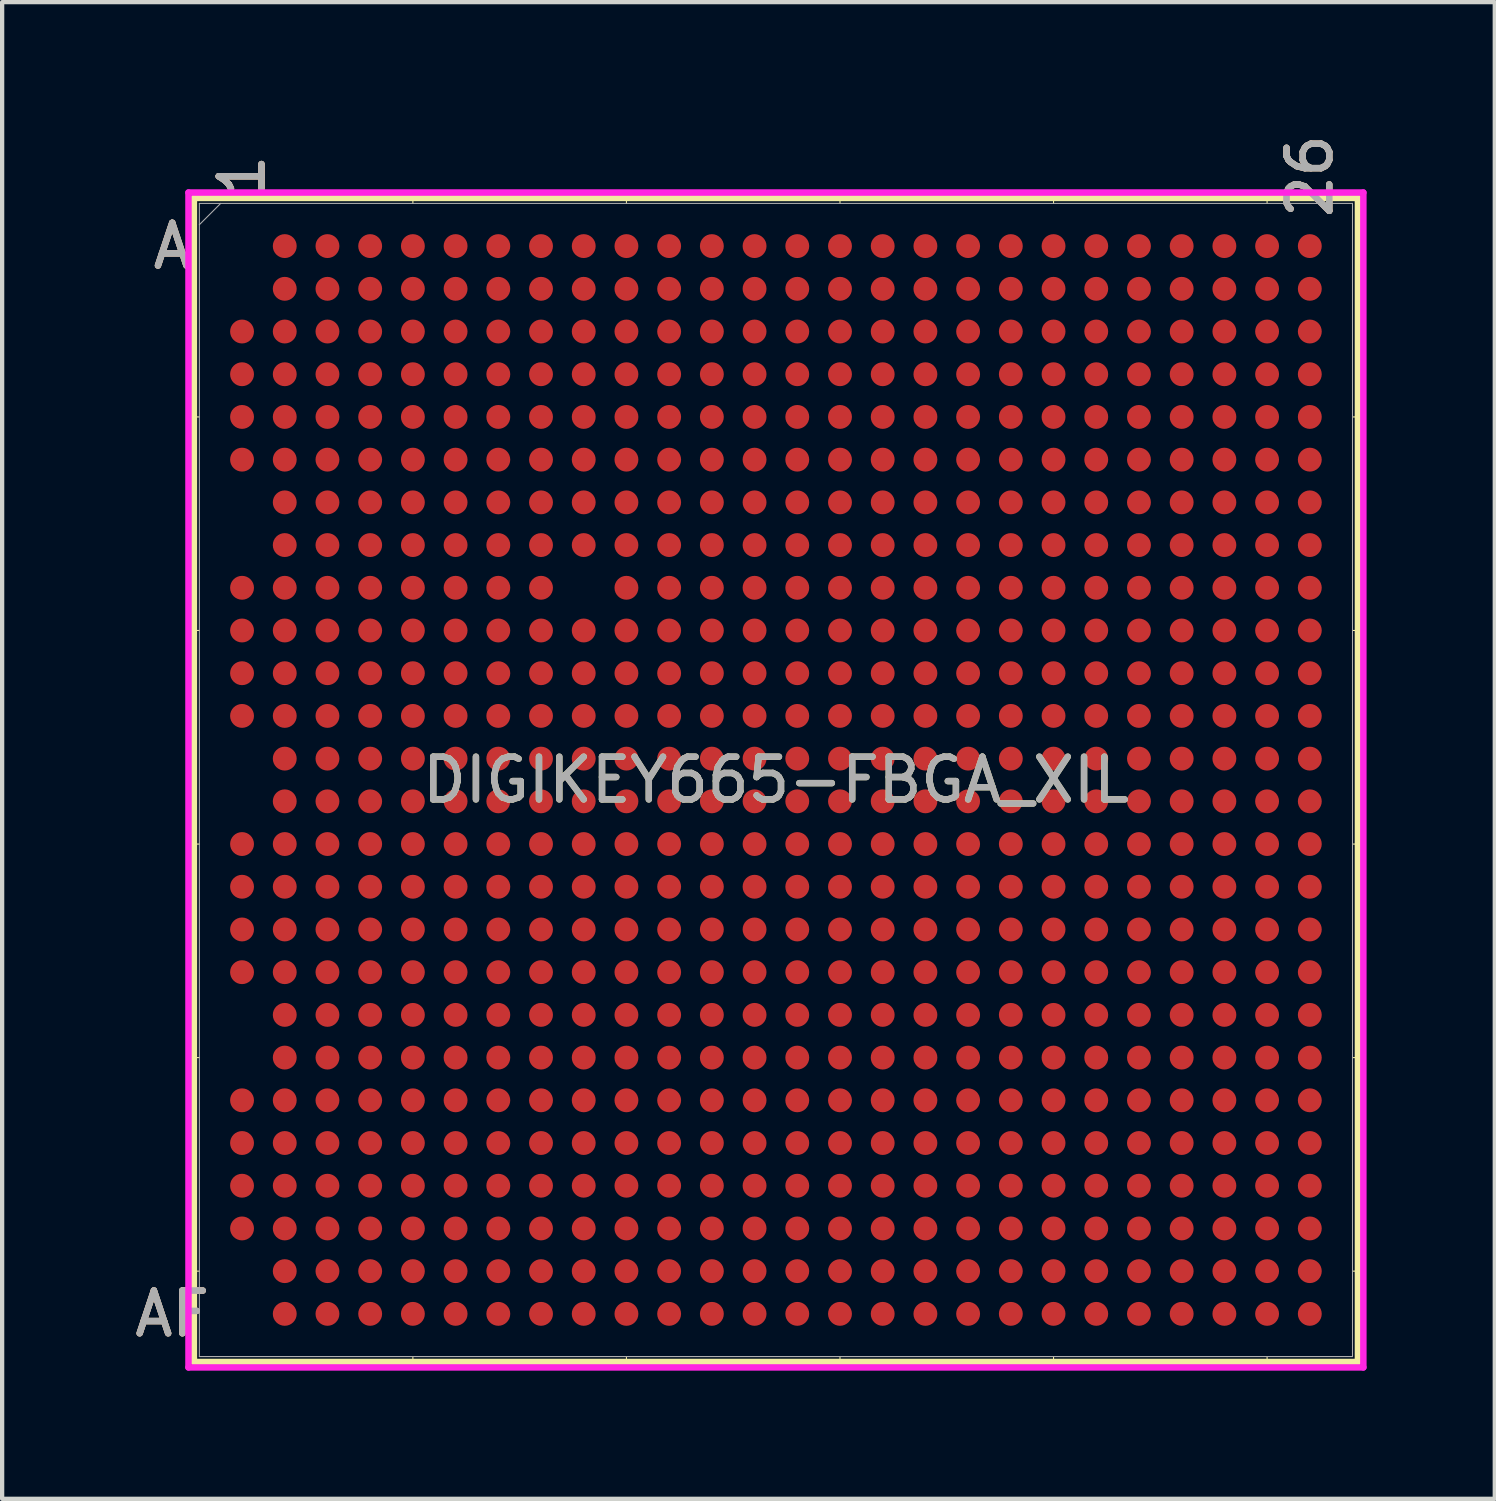
<source format=kicad_pcb>
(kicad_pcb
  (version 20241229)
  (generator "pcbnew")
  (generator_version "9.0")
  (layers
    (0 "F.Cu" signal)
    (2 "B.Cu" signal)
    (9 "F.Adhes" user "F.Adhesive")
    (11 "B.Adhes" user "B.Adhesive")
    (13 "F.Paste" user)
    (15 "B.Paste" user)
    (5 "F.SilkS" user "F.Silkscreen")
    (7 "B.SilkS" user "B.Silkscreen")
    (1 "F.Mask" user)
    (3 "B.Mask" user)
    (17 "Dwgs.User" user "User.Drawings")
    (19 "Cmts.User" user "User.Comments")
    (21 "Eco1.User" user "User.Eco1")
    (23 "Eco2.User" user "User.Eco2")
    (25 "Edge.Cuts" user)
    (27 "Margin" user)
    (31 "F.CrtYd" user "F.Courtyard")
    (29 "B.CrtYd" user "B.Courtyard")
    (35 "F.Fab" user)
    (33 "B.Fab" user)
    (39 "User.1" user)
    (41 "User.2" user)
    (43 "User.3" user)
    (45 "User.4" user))
  (footprint "DIGIKEY665-FBGA_XIL"
    (layer "F.Cu")
    (at 15.117 15.212)
    (property "Reference" "DIGIKEY665-FBGA_XIL" (at 0 0 0) (unlocked yes) (layer "F.SilkS") (effects (font (size 1 1) (thickness 0.15))))
    (attr smd)
    (fp_line (start -13.627 -13.627) (end -13.627 13.627) (stroke (width 0.152) (type solid)) (layer "F.SilkS"))
    (fp_line (start -13.627 13.627) (end 13.627 13.627) (stroke (width 0.152) (type solid)) (layer "F.SilkS"))
    (fp_line (start -13.5 -8.5) (end -13.754 -8.5) (stroke (width 0.025) (type solid)) (layer "F.SilkS"))
    (fp_line (start -13.5 -3.5) (end -13.754 -3.5) (stroke (width 0.025) (type solid)) (layer "F.SilkS"))
    (fp_line (start -13.5 1.5) (end -13.754 1.5) (stroke (width 0.025) (type solid)) (layer "F.SilkS"))
    (fp_line (start -13.5 6.5) (end -13.754 6.5) (stroke (width 0.025) (type solid)) (layer "F.SilkS"))
    (fp_line (start -13.5 11.5) (end -13.754 11.5) (stroke (width 0.025) (type solid)) (layer "F.SilkS"))
    (fp_line (start -8.5 -13.5) (end -8.5 -13.754) (stroke (width 0.025) (type solid)) (layer "F.SilkS"))
    (fp_line (start -8.5 13.5) (end -8.5 13.754) (stroke (width 0.025) (type solid)) (layer "F.SilkS"))
    (fp_line (start -3.5 -13.5) (end -3.5 -13.754) (stroke (width 0.025) (type solid)) (layer "F.SilkS"))
    (fp_line (start -3.5 13.5) (end -3.5 13.754) (stroke (width 0.025) (type solid)) (layer "F.SilkS"))
    (fp_line (start 1.5 -13.5) (end 1.5 -13.754) (stroke (width 0.025) (type solid)) (layer "F.SilkS"))
    (fp_line (start 1.5 13.5) (end 1.5 13.754) (stroke (width 0.025) (type solid)) (layer "F.SilkS"))
    (fp_line (start 6.5 -13.5) (end 6.5 -13.754) (stroke (width 0.025) (type solid)) (layer "F.SilkS"))
    (fp_line (start 6.5 13.5) (end 6.5 13.754) (stroke (width 0.025) (type solid)) (layer "F.SilkS"))
    (fp_line (start 11.5 -13.5) (end 11.5 -13.754) (stroke (width 0.025) (type solid)) (layer "F.SilkS"))
    (fp_line (start 11.5 13.5) (end 11.5 13.754) (stroke (width 0.025) (type solid)) (layer "F.SilkS"))
    (fp_line (start 13.5 -8.5) (end 13.754 -8.5) (stroke (width 0.025) (type solid)) (layer "F.SilkS"))
    (fp_line (start 13.5 -3.5) (end 13.754 -3.5) (stroke (width 0.025) (type solid)) (layer "F.SilkS"))
    (fp_line (start 13.5 1.5) (end 13.754 1.5) (stroke (width 0.025) (type solid)) (layer "F.SilkS"))
    (fp_line (start 13.5 6.5) (end 13.754 6.5) (stroke (width 0.025) (type solid)) (layer "F.SilkS"))
    (fp_line (start 13.5 11.5) (end 13.754 11.5) (stroke (width 0.025) (type solid)) (layer "F.SilkS"))
    (fp_line (start 13.627 -13.627) (end -13.627 -13.627) (stroke (width 0.152) (type solid)) (layer "F.SilkS"))
    (fp_line (start 13.627 13.627) (end 13.627 -13.627) (stroke (width 0.152) (type solid)) (layer "F.SilkS"))
    (fp_poly (pts (xy -13.508 -13.508) (xy 13.508 -13.508) (xy 13.508 13.508) (xy -13.508 13.508)) (stroke (width 0.1) (type solid)) (fill no) (layer "Eco2.User"))
    (fp_line (start -13.754 -13.754) (end 13.754 -13.754) (stroke (width 0.152) (type solid)) (layer "F.CrtYd"))
    (fp_line (start -13.754 13.754) (end -13.754 -13.754) (stroke (width 0.152) (type solid)) (layer "F.CrtYd"))
    (fp_line (start 13.754 -13.754) (end 13.754 13.754) (stroke (width 0.152) (type solid)) (layer "F.CrtYd"))
    (fp_line (start 13.754 13.754) (end -13.754 13.754) (stroke (width 0.152) (type solid)) (layer "F.CrtYd"))
    (fp_line (start -13.5 -13.5) (end -13.5 13.5) (stroke (width 0.025) (type solid)) (layer "F.Fab"))
    (fp_line (start -13.5 13.5) (end 13.5 13.5) (stroke (width 0.025) (type solid)) (layer "F.Fab"))
    (fp_line (start -13 -13.5) (end -13.5 -13) (stroke (width 0.025) (type solid)) (layer "F.Fab"))
    (fp_line (start 13.5 -13.5) (end -13.5 -13.5) (stroke (width 0.025) (type solid)) (layer "F.Fab"))
    (fp_line (start 13.5 13.5) (end 13.5 -13.5) (stroke (width 0.025) (type solid)) (layer "F.Fab"))
    (fp_text user "26" (at 12.5 -14.135 90) (unlocked yes) (layer "F.SilkS") (effects (font (size 1 1) (thickness 0.15))))
    (fp_text user "AF" (at -14.135 12.5 0) (unlocked yes) (layer "F.SilkS") (effects (font (size 1 1) (thickness 0.15))))
    (fp_text user "A" (at -14.135 -12.5 0) (unlocked yes) (layer "F.SilkS") (effects (font (size 1 1) (thickness 0.15))))
    (fp_text user "1" (at -12.5 -14.135 90) (unlocked yes) (layer "F.SilkS") (effects (font (size 1 1) (thickness 0.15))))
    (fp_text user "26" (at 12.5 -14.135 90) (unlocked yes) (layer "B.SilkS") (effects (font (size 1 1) (thickness 0.15))))
    (fp_text user "A" (at -14.135 -12.5 0) (unlocked yes) (layer "B.SilkS") (effects (font (size 1 1) (thickness 0.15))))
    (fp_text user "1" (at -12.5 -14.135 90) (unlocked yes) (layer "B.SilkS") (effects (font (size 1 1) (thickness 0.15))))
    (fp_text user "AF" (at -14.135 12.5 0) (unlocked yes) (layer "B.SilkS") (effects (font (size 1 1) (thickness 0.15))))
    (fp_text user "1" (at -12.5 -14.135 90) (unlocked yes) (layer "F.Fab") (effects (font (size 1 1) (thickness 0.15))))
    (fp_text user "AF" (at -14.135 12.5 0) (unlocked yes) (layer "F.Fab") (effects (font (size 1 1) (thickness 0.15))))
    (fp_text user "A" (at -14.135 -12.5 0) (unlocked yes) (layer "F.Fab") (effects (font (size 1 1) (thickness 0.15))))
    (fp_text user "26" (at 12.5 -14.135 90) (unlocked yes) (layer "F.Fab") (effects (font (size 1 1) (thickness 0.15))))
    (fp_text user "${REFERENCE}" (at 0 0 0) (unlocked yes) (layer "F.Fab") (effects (font (size 1 1) (thickness 0.15))))
    (pad "A2" smd circle (at -11.5 -12.5) (size 0.559 0.559) (layers "F.Cu" "F.Mask" "F.Paste"))
    (pad "A3" smd circle (at -10.5 -12.5) (size 0.559 0.559) (layers "F.Cu" "F.Mask" "F.Paste"))
    (pad "A4" smd circle (at -9.5 -12.5) (size 0.559 0.559) (layers "F.Cu" "F.Mask" "F.Paste"))
    (pad "A5" smd circle (at -8.5 -12.5) (size 0.559 0.559) (layers "F.Cu" "F.Mask" "F.Paste"))
    (pad "A6" smd circle (at -7.5 -12.5) (size 0.559 0.559) (layers "F.Cu" "F.Mask" "F.Paste"))
    (pad "A7" smd circle (at -6.5 -12.5) (size 0.559 0.559) (layers "F.Cu" "F.Mask" "F.Paste"))
    (pad "A8" smd circle (at -5.5 -12.5) (size 0.559 0.559) (layers "F.Cu" "F.Mask" "F.Paste"))
    (pad "A9" smd circle (at -4.5 -12.5) (size 0.559 0.559) (layers "F.Cu" "F.Mask" "F.Paste"))
    (pad "A10" smd circle (at -3.5 -12.5) (size 0.559 0.559) (layers "F.Cu" "F.Mask" "F.Paste"))
    (pad "A11" smd circle (at -2.5 -12.5) (size 0.559 0.559) (layers "F.Cu" "F.Mask" "F.Paste"))
    (pad "A12" smd circle (at -1.5 -12.5) (size 0.559 0.559) (layers "F.Cu" "F.Mask" "F.Paste"))
    (pad "A13" smd circle (at -0.5 -12.5) (size 0.559 0.559) (layers "F.Cu" "F.Mask" "F.Paste"))
    (pad "A14" smd circle (at 0.5 -12.5) (size 0.559 0.559) (layers "F.Cu" "F.Mask" "F.Paste"))
    (pad "A15" smd circle (at 1.5 -12.5) (size 0.559 0.559) (layers "F.Cu" "F.Mask" "F.Paste"))
    (pad "A16" smd circle (at 2.5 -12.5) (size 0.559 0.559) (layers "F.Cu" "F.Mask" "F.Paste"))
    (pad "A17" smd circle (at 3.5 -12.5) (size 0.559 0.559) (layers "F.Cu" "F.Mask" "F.Paste"))
    (pad "A18" smd circle (at 4.5 -12.5) (size 0.559 0.559) (layers "F.Cu" "F.Mask" "F.Paste"))
    (pad "A19" smd circle (at 5.5 -12.5) (size 0.559 0.559) (layers "F.Cu" "F.Mask" "F.Paste"))
    (pad "A20" smd circle (at 6.5 -12.5) (size 0.559 0.559) (layers "F.Cu" "F.Mask" "F.Paste"))
    (pad "A21" smd circle (at 7.5 -12.5) (size 0.559 0.559) (layers "F.Cu" "F.Mask" "F.Paste"))
    (pad "A22" smd circle (at 8.5 -12.5) (size 0.559 0.559) (layers "F.Cu" "F.Mask" "F.Paste"))
    (pad "A23" smd circle (at 9.5 -12.5) (size 0.559 0.559) (layers "F.Cu" "F.Mask" "F.Paste"))
    (pad "A24" smd circle (at 10.5 -12.5) (size 0.559 0.559) (layers "F.Cu" "F.Mask" "F.Paste"))
    (pad "A25" smd circle (at 11.5 -12.5) (size 0.559 0.559) (layers "F.Cu" "F.Mask" "F.Paste"))
    (pad "A26" smd circle (at 12.5 -12.5) (size 0.559 0.559) (layers "F.Cu" "F.Mask" "F.Paste"))
    (pad "AA1" smd circle (at -12.5 7.5) (size 0.559 0.559) (layers "F.Cu" "F.Mask" "F.Paste"))
    (pad "AA2" smd circle (at -11.5 7.5) (size 0.559 0.559) (layers "F.Cu" "F.Mask" "F.Paste"))
    (pad "AA3" smd circle (at -10.5 7.5) (size 0.559 0.559) (layers "F.Cu" "F.Mask" "F.Paste"))
    (pad "AA4" smd circle (at -9.5 7.5) (size 0.559 0.559) (layers "F.Cu" "F.Mask" "F.Paste"))
    (pad "AA5" smd circle (at -8.5 7.5) (size 0.559 0.559) (layers "F.Cu" "F.Mask" "F.Paste"))
    (pad "AA6" smd circle (at -7.5 7.5) (size 0.559 0.559) (layers "F.Cu" "F.Mask" "F.Paste"))
    (pad "AA7" smd circle (at -6.5 7.5) (size 0.559 0.559) (layers "F.Cu" "F.Mask" "F.Paste"))
    (pad "AA8" smd circle (at -5.5 7.5) (size 0.559 0.559) (layers "F.Cu" "F.Mask" "F.Paste"))
    (pad "AA9" smd circle (at -4.5 7.5) (size 0.559 0.559) (layers "F.Cu" "F.Mask" "F.Paste"))
    (pad "AA10" smd circle (at -3.5 7.5) (size 0.559 0.559) (layers "F.Cu" "F.Mask" "F.Paste"))
    (pad "AA11" smd circle (at -2.5 7.5) (size 0.559 0.559) (layers "F.Cu" "F.Mask" "F.Paste"))
    (pad "AA12" smd circle (at -1.5 7.5) (size 0.559 0.559) (layers "F.Cu" "F.Mask" "F.Paste"))
    (pad "AA13" smd circle (at -0.5 7.5) (size 0.559 0.559) (layers "F.Cu" "F.Mask" "F.Paste"))
    (pad "AA14" smd circle (at 0.5 7.5) (size 0.559 0.559) (layers "F.Cu" "F.Mask" "F.Paste"))
    (pad "AA15" smd circle (at 1.5 7.5) (size 0.559 0.559) (layers "F.Cu" "F.Mask" "F.Paste"))
    (pad "AA16" smd circle (at 2.5 7.5) (size 0.559 0.559) (layers "F.Cu" "F.Mask" "F.Paste"))
    (pad "AA17" smd circle (at 3.5 7.5) (size 0.559 0.559) (layers "F.Cu" "F.Mask" "F.Paste"))
    (pad "AA18" smd circle (at 4.5 7.5) (size 0.559 0.559) (layers "F.Cu" "F.Mask" "F.Paste"))
    (pad "AA19" smd circle (at 5.5 7.5) (size 0.559 0.559) (layers "F.Cu" "F.Mask" "F.Paste"))
    (pad "AA20" smd circle (at 6.5 7.5) (size 0.559 0.559) (layers "F.Cu" "F.Mask" "F.Paste"))
    (pad "AA21" smd circle (at 7.5 7.5) (size 0.559 0.559) (layers "F.Cu" "F.Mask" "F.Paste"))
    (pad "AA22" smd circle (at 8.5 7.5) (size 0.559 0.559) (layers "F.Cu" "F.Mask" "F.Paste"))
    (pad "AA23" smd circle (at 9.5 7.5) (size 0.559 0.559) (layers "F.Cu" "F.Mask" "F.Paste"))
    (pad "AA24" smd circle (at 10.5 7.5) (size 0.559 0.559) (layers "F.Cu" "F.Mask" "F.Paste"))
    (pad "AA25" smd circle (at 11.5 7.5) (size 0.559 0.559) (layers "F.Cu" "F.Mask" "F.Paste"))
    (pad "AA26" smd circle (at 12.5 7.5) (size 0.559 0.559) (layers "F.Cu" "F.Mask" "F.Paste"))
    (pad "AB1" smd circle (at -12.5 8.5) (size 0.559 0.559) (layers "F.Cu" "F.Mask" "F.Paste"))
    (pad "AB2" smd circle (at -11.5 8.5) (size 0.559 0.559) (layers "F.Cu" "F.Mask" "F.Paste"))
    (pad "AB3" smd circle (at -10.5 8.5) (size 0.559 0.559) (layers "F.Cu" "F.Mask" "F.Paste"))
    (pad "AB4" smd circle (at -9.5 8.5) (size 0.559 0.559) (layers "F.Cu" "F.Mask" "F.Paste"))
    (pad "AB5" smd circle (at -8.5 8.5) (size 0.559 0.559) (layers "F.Cu" "F.Mask" "F.Paste"))
    (pad "AB6" smd circle (at -7.5 8.5) (size 0.559 0.559) (layers "F.Cu" "F.Mask" "F.Paste"))
    (pad "AB7" smd circle (at -6.5 8.5) (size 0.559 0.559) (layers "F.Cu" "F.Mask" "F.Paste"))
    (pad "AB8" smd circle (at -5.5 8.5) (size 0.559 0.559) (layers "F.Cu" "F.Mask" "F.Paste"))
    (pad "AB9" smd circle (at -4.5 8.5) (size 0.559 0.559) (layers "F.Cu" "F.Mask" "F.Paste"))
    (pad "AB10" smd circle (at -3.5 8.5) (size 0.559 0.559) (layers "F.Cu" "F.Mask" "F.Paste"))
    (pad "AB11" smd circle (at -2.5 8.5) (size 0.559 0.559) (layers "F.Cu" "F.Mask" "F.Paste"))
    (pad "AB12" smd circle (at -1.5 8.5) (size 0.559 0.559) (layers "F.Cu" "F.Mask" "F.Paste"))
    (pad "AB13" smd circle (at -0.5 8.5) (size 0.559 0.559) (layers "F.Cu" "F.Mask" "F.Paste"))
    (pad "AB14" smd circle (at 0.5 8.5) (size 0.559 0.559) (layers "F.Cu" "F.Mask" "F.Paste"))
    (pad "AB15" smd circle (at 1.5 8.5) (size 0.559 0.559) (layers "F.Cu" "F.Mask" "F.Paste"))
    (pad "AB16" smd circle (at 2.5 8.5) (size 0.559 0.559) (layers "F.Cu" "F.Mask" "F.Paste"))
    (pad "AB17" smd circle (at 3.5 8.5) (size 0.559 0.559) (layers "F.Cu" "F.Mask" "F.Paste"))
    (pad "AB18" smd circle (at 4.5 8.5) (size 0.559 0.559) (layers "F.Cu" "F.Mask" "F.Paste"))
    (pad "AB19" smd circle (at 5.5 8.5) (size 0.559 0.559) (layers "F.Cu" "F.Mask" "F.Paste"))
    (pad "AB20" smd circle (at 6.5 8.5) (size 0.559 0.559) (layers "F.Cu" "F.Mask" "F.Paste"))
    (pad "AB21" smd circle (at 7.5 8.5) (size 0.559 0.559) (layers "F.Cu" "F.Mask" "F.Paste"))
    (pad "AB22" smd circle (at 8.5 8.5) (size 0.559 0.559) (layers "F.Cu" "F.Mask" "F.Paste"))
    (pad "AB23" smd circle (at 9.5 8.5) (size 0.559 0.559) (layers "F.Cu" "F.Mask" "F.Paste"))
    (pad "AB24" smd circle (at 10.5 8.5) (size 0.559 0.559) (layers "F.Cu" "F.Mask" "F.Paste"))
    (pad "AB25" smd circle (at 11.5 8.5) (size 0.559 0.559) (layers "F.Cu" "F.Mask" "F.Paste"))
    (pad "AB26" smd circle (at 12.5 8.5) (size 0.559 0.559) (layers "F.Cu" "F.Mask" "F.Paste"))
    (pad "AC1" smd circle (at -12.5 9.5) (size 0.559 0.559) (layers "F.Cu" "F.Mask" "F.Paste"))
    (pad "AC2" smd circle (at -11.5 9.5) (size 0.559 0.559) (layers "F.Cu" "F.Mask" "F.Paste"))
    (pad "AC3" smd circle (at -10.5 9.5) (size 0.559 0.559) (layers "F.Cu" "F.Mask" "F.Paste"))
    (pad "AC4" smd circle (at -9.5 9.5) (size 0.559 0.559) (layers "F.Cu" "F.Mask" "F.Paste"))
    (pad "AC5" smd circle (at -8.5 9.5) (size 0.559 0.559) (layers "F.Cu" "F.Mask" "F.Paste"))
    (pad "AC6" smd circle (at -7.5 9.5) (size 0.559 0.559) (layers "F.Cu" "F.Mask" "F.Paste"))
    (pad "AC7" smd circle (at -6.5 9.5) (size 0.559 0.559) (layers "F.Cu" "F.Mask" "F.Paste"))
    (pad "AC8" smd circle (at -5.5 9.5) (size 0.559 0.559) (layers "F.Cu" "F.Mask" "F.Paste"))
    (pad "AC9" smd circle (at -4.5 9.5) (size 0.559 0.559) (layers "F.Cu" "F.Mask" "F.Paste"))
    (pad "AC10" smd circle (at -3.5 9.5) (size 0.559 0.559) (layers "F.Cu" "F.Mask" "F.Paste"))
    (pad "AC11" smd circle (at -2.5 9.5) (size 0.559 0.559) (layers "F.Cu" "F.Mask" "F.Paste"))
    (pad "AC12" smd circle (at -1.5 9.5) (size 0.559 0.559) (layers "F.Cu" "F.Mask" "F.Paste"))
    (pad "AC13" smd circle (at -0.5 9.5) (size 0.559 0.559) (layers "F.Cu" "F.Mask" "F.Paste"))
    (pad "AC14" smd circle (at 0.5 9.5) (size 0.559 0.559) (layers "F.Cu" "F.Mask" "F.Paste"))
    (pad "AC15" smd circle (at 1.5 9.5) (size 0.559 0.559) (layers "F.Cu" "F.Mask" "F.Paste"))
    (pad "AC16" smd circle (at 2.5 9.5) (size 0.559 0.559) (layers "F.Cu" "F.Mask" "F.Paste"))
    (pad "AC17" smd circle (at 3.5 9.5) (size 0.559 0.559) (layers "F.Cu" "F.Mask" "F.Paste"))
    (pad "AC18" smd circle (at 4.5 9.5) (size 0.559 0.559) (layers "F.Cu" "F.Mask" "F.Paste"))
    (pad "AC19" smd circle (at 5.5 9.5) (size 0.559 0.559) (layers "F.Cu" "F.Mask" "F.Paste"))
    (pad "AC20" smd circle (at 6.5 9.5) (size 0.559 0.559) (layers "F.Cu" "F.Mask" "F.Paste"))
    (pad "AC21" smd circle (at 7.5 9.5) (size 0.559 0.559) (layers "F.Cu" "F.Mask" "F.Paste"))
    (pad "AC22" smd circle (at 8.5 9.5) (size 0.559 0.559) (layers "F.Cu" "F.Mask" "F.Paste"))
    (pad "AC23" smd circle (at 9.5 9.5) (size 0.559 0.559) (layers "F.Cu" "F.Mask" "F.Paste"))
    (pad "AC24" smd circle (at 10.5 9.5) (size 0.559 0.559) (layers "F.Cu" "F.Mask" "F.Paste"))
    (pad "AC25" smd circle (at 11.5 9.5) (size 0.559 0.559) (layers "F.Cu" "F.Mask" "F.Paste"))
    (pad "AC26" smd circle (at 12.5 9.5) (size 0.559 0.559) (layers "F.Cu" "F.Mask" "F.Paste"))
    (pad "AD1" smd circle (at -12.5 10.5) (size 0.559 0.559) (layers "F.Cu" "F.Mask" "F.Paste"))
    (pad "AD2" smd circle (at -11.5 10.5) (size 0.559 0.559) (layers "F.Cu" "F.Mask" "F.Paste"))
    (pad "AD3" smd circle (at -10.5 10.5) (size 0.559 0.559) (layers "F.Cu" "F.Mask" "F.Paste"))
    (pad "AD4" smd circle (at -9.5 10.5) (size 0.559 0.559) (layers "F.Cu" "F.Mask" "F.Paste"))
    (pad "AD5" smd circle (at -8.5 10.5) (size 0.559 0.559) (layers "F.Cu" "F.Mask" "F.Paste"))
    (pad "AD6" smd circle (at -7.5 10.5) (size 0.559 0.559) (layers "F.Cu" "F.Mask" "F.Paste"))
    (pad "AD7" smd circle (at -6.5 10.5) (size 0.559 0.559) (layers "F.Cu" "F.Mask" "F.Paste"))
    (pad "AD8" smd circle (at -5.5 10.5) (size 0.559 0.559) (layers "F.Cu" "F.Mask" "F.Paste"))
    (pad "AD9" smd circle (at -4.5 10.5) (size 0.559 0.559) (layers "F.Cu" "F.Mask" "F.Paste"))
    (pad "AD10" smd circle (at -3.5 10.5) (size 0.559 0.559) (layers "F.Cu" "F.Mask" "F.Paste"))
    (pad "AD11" smd circle (at -2.5 10.5) (size 0.559 0.559) (layers "F.Cu" "F.Mask" "F.Paste"))
    (pad "AD12" smd circle (at -1.5 10.5) (size 0.559 0.559) (layers "F.Cu" "F.Mask" "F.Paste"))
    (pad "AD13" smd circle (at -0.5 10.5) (size 0.559 0.559) (layers "F.Cu" "F.Mask" "F.Paste"))
    (pad "AD14" smd circle (at 0.5 10.5) (size 0.559 0.559) (layers "F.Cu" "F.Mask" "F.Paste"))
    (pad "AD15" smd circle (at 1.5 10.5) (size 0.559 0.559) (layers "F.Cu" "F.Mask" "F.Paste"))
    (pad "AD16" smd circle (at 2.5 10.5) (size 0.559 0.559) (layers "F.Cu" "F.Mask" "F.Paste"))
    (pad "AD17" smd circle (at 3.5 10.5) (size 0.559 0.559) (layers "F.Cu" "F.Mask" "F.Paste"))
    (pad "AD18" smd circle (at 4.5 10.5) (size 0.559 0.559) (layers "F.Cu" "F.Mask" "F.Paste"))
    (pad "AD19" smd circle (at 5.5 10.5) (size 0.559 0.559) (layers "F.Cu" "F.Mask" "F.Paste"))
    (pad "AD20" smd circle (at 6.5 10.5) (size 0.559 0.559) (layers "F.Cu" "F.Mask" "F.Paste"))
    (pad "AD21" smd circle (at 7.5 10.5) (size 0.559 0.559) (layers "F.Cu" "F.Mask" "F.Paste"))
    (pad "AD22" smd circle (at 8.5 10.5) (size 0.559 0.559) (layers "F.Cu" "F.Mask" "F.Paste"))
    (pad "AD23" smd circle (at 9.5 10.5) (size 0.559 0.559) (layers "F.Cu" "F.Mask" "F.Paste"))
    (pad "AD24" smd circle (at 10.5 10.5) (size 0.559 0.559) (layers "F.Cu" "F.Mask" "F.Paste"))
    (pad "AD25" smd circle (at 11.5 10.5) (size 0.559 0.559) (layers "F.Cu" "F.Mask" "F.Paste"))
    (pad "AD26" smd circle (at 12.5 10.5) (size 0.559 0.559) (layers "F.Cu" "F.Mask" "F.Paste"))
    (pad "AE2" smd circle (at -11.5 11.5) (size 0.559 0.559) (layers "F.Cu" "F.Mask" "F.Paste"))
    (pad "AE3" smd circle (at -10.5 11.5) (size 0.559 0.559) (layers "F.Cu" "F.Mask" "F.Paste"))
    (pad "AE4" smd circle (at -9.5 11.5) (size 0.559 0.559) (layers "F.Cu" "F.Mask" "F.Paste"))
    (pad "AE5" smd circle (at -8.5 11.5) (size 0.559 0.559) (layers "F.Cu" "F.Mask" "F.Paste"))
    (pad "AE6" smd circle (at -7.5 11.5) (size 0.559 0.559) (layers "F.Cu" "F.Mask" "F.Paste"))
    (pad "AE7" smd circle (at -6.5 11.5) (size 0.559 0.559) (layers "F.Cu" "F.Mask" "F.Paste"))
    (pad "AE8" smd circle (at -5.5 11.5) (size 0.559 0.559) (layers "F.Cu" "F.Mask" "F.Paste"))
    (pad "AE9" smd circle (at -4.5 11.5) (size 0.559 0.559) (layers "F.Cu" "F.Mask" "F.Paste"))
    (pad "AE10" smd circle (at -3.5 11.5) (size 0.559 0.559) (layers "F.Cu" "F.Mask" "F.Paste"))
    (pad "AE11" smd circle (at -2.5 11.5) (size 0.559 0.559) (layers "F.Cu" "F.Mask" "F.Paste"))
    (pad "AE12" smd circle (at -1.5 11.5) (size 0.559 0.559) (layers "F.Cu" "F.Mask" "F.Paste"))
    (pad "AE13" smd circle (at -0.5 11.5) (size 0.559 0.559) (layers "F.Cu" "F.Mask" "F.Paste"))
    (pad "AE14" smd circle (at 0.5 11.5) (size 0.559 0.559) (layers "F.Cu" "F.Mask" "F.Paste"))
    (pad "AE15" smd circle (at 1.5 11.5) (size 0.559 0.559) (layers "F.Cu" "F.Mask" "F.Paste"))
    (pad "AE16" smd circle (at 2.5 11.5) (size 0.559 0.559) (layers "F.Cu" "F.Mask" "F.Paste"))
    (pad "AE17" smd circle (at 3.5 11.5) (size 0.559 0.559) (layers "F.Cu" "F.Mask" "F.Paste"))
    (pad "AE18" smd circle (at 4.5 11.5) (size 0.559 0.559) (layers "F.Cu" "F.Mask" "F.Paste"))
    (pad "AE19" smd circle (at 5.5 11.5) (size 0.559 0.559) (layers "F.Cu" "F.Mask" "F.Paste"))
    (pad "AE20" smd circle (at 6.5 11.5) (size 0.559 0.559) (layers "F.Cu" "F.Mask" "F.Paste"))
    (pad "AE21" smd circle (at 7.5 11.5) (size 0.559 0.559) (layers "F.Cu" "F.Mask" "F.Paste"))
    (pad "AE22" smd circle (at 8.5 11.5) (size 0.559 0.559) (layers "F.Cu" "F.Mask" "F.Paste"))
    (pad "AE23" smd circle (at 9.5 11.5) (size 0.559 0.559) (layers "F.Cu" "F.Mask" "F.Paste"))
    (pad "AE24" smd circle (at 10.5 11.5) (size 0.559 0.559) (layers "F.Cu" "F.Mask" "F.Paste"))
    (pad "AE25" smd circle (at 11.5 11.5) (size 0.559 0.559) (layers "F.Cu" "F.Mask" "F.Paste"))
    (pad "AE26" smd circle (at 12.5 11.5) (size 0.559 0.559) (layers "F.Cu" "F.Mask" "F.Paste"))
    (pad "AF2" smd circle (at -11.5 12.5) (size 0.559 0.559) (layers "F.Cu" "F.Mask" "F.Paste"))
    (pad "AF3" smd circle (at -10.5 12.5) (size 0.559 0.559) (layers "F.Cu" "F.Mask" "F.Paste"))
    (pad "AF4" smd circle (at -9.5 12.5) (size 0.559 0.559) (layers "F.Cu" "F.Mask" "F.Paste"))
    (pad "AF5" smd circle (at -8.5 12.5) (size 0.559 0.559) (layers "F.Cu" "F.Mask" "F.Paste"))
    (pad "AF6" smd circle (at -7.5 12.5) (size 0.559 0.559) (layers "F.Cu" "F.Mask" "F.Paste"))
    (pad "AF7" smd circle (at -6.5 12.5) (size 0.559 0.559) (layers "F.Cu" "F.Mask" "F.Paste"))
    (pad "AF8" smd circle (at -5.5 12.5) (size 0.559 0.559) (layers "F.Cu" "F.Mask" "F.Paste"))
    (pad "AF9" smd circle (at -4.5 12.5) (size 0.559 0.559) (layers "F.Cu" "F.Mask" "F.Paste"))
    (pad "AF10" smd circle (at -3.5 12.5) (size 0.559 0.559) (layers "F.Cu" "F.Mask" "F.Paste"))
    (pad "AF11" smd circle (at -2.5 12.5) (size 0.559 0.559) (layers "F.Cu" "F.Mask" "F.Paste"))
    (pad "AF12" smd circle (at -1.5 12.5) (size 0.559 0.559) (layers "F.Cu" "F.Mask" "F.Paste"))
    (pad "AF13" smd circle (at -0.5 12.5) (size 0.559 0.559) (layers "F.Cu" "F.Mask" "F.Paste"))
    (pad "AF14" smd circle (at 0.5 12.5) (size 0.559 0.559) (layers "F.Cu" "F.Mask" "F.Paste"))
    (pad "AF15" smd circle (at 1.5 12.5) (size 0.559 0.559) (layers "F.Cu" "F.Mask" "F.Paste"))
    (pad "AF16" smd circle (at 2.5 12.5) (size 0.559 0.559) (layers "F.Cu" "F.Mask" "F.Paste"))
    (pad "AF17" smd circle (at 3.5 12.5) (size 0.559 0.559) (layers "F.Cu" "F.Mask" "F.Paste"))
    (pad "AF18" smd circle (at 4.5 12.5) (size 0.559 0.559) (layers "F.Cu" "F.Mask" "F.Paste"))
    (pad "AF19" smd circle (at 5.5 12.5) (size 0.559 0.559) (layers "F.Cu" "F.Mask" "F.Paste"))
    (pad "AF20" smd circle (at 6.5 12.5) (size 0.559 0.559) (layers "F.Cu" "F.Mask" "F.Paste"))
    (pad "AF21" smd circle (at 7.5 12.5) (size 0.559 0.559) (layers "F.Cu" "F.Mask" "F.Paste"))
    (pad "AF22" smd circle (at 8.5 12.5) (size 0.559 0.559) (layers "F.Cu" "F.Mask" "F.Paste"))
    (pad "AF23" smd circle (at 9.5 12.5) (size 0.559 0.559) (layers "F.Cu" "F.Mask" "F.Paste"))
    (pad "AF24" smd circle (at 10.5 12.5) (size 0.559 0.559) (layers "F.Cu" "F.Mask" "F.Paste"))
    (pad "AF25" smd circle (at 11.5 12.5) (size 0.559 0.559) (layers "F.Cu" "F.Mask" "F.Paste"))
    (pad "AF26" smd circle (at 12.5 12.5) (size 0.559 0.559) (layers "F.Cu" "F.Mask" "F.Paste"))
    (pad "B2" smd circle (at -11.5 -11.5) (size 0.559 0.559) (layers "F.Cu" "F.Mask" "F.Paste"))
    (pad "B3" smd circle (at -10.5 -11.5) (size 0.559 0.559) (layers "F.Cu" "F.Mask" "F.Paste"))
    (pad "B4" smd circle (at -9.5 -11.5) (size 0.559 0.559) (layers "F.Cu" "F.Mask" "F.Paste"))
    (pad "B5" smd circle (at -8.5 -11.5) (size 0.559 0.559) (layers "F.Cu" "F.Mask" "F.Paste"))
    (pad "B6" smd circle (at -7.5 -11.5) (size 0.559 0.559) (layers "F.Cu" "F.Mask" "F.Paste"))
    (pad "B7" smd circle (at -6.5 -11.5) (size 0.559 0.559) (layers "F.Cu" "F.Mask" "F.Paste"))
    (pad "B8" smd circle (at -5.5 -11.5) (size 0.559 0.559) (layers "F.Cu" "F.Mask" "F.Paste"))
    (pad "B9" smd circle (at -4.5 -11.5) (size 0.559 0.559) (layers "F.Cu" "F.Mask" "F.Paste"))
    (pad "B10" smd circle (at -3.5 -11.5) (size 0.559 0.559) (layers "F.Cu" "F.Mask" "F.Paste"))
    (pad "B11" smd circle (at -2.5 -11.5) (size 0.559 0.559) (layers "F.Cu" "F.Mask" "F.Paste"))
    (pad "B12" smd circle (at -1.5 -11.5) (size 0.559 0.559) (layers "F.Cu" "F.Mask" "F.Paste"))
    (pad "B13" smd circle (at -0.5 -11.5) (size 0.559 0.559) (layers "F.Cu" "F.Mask" "F.Paste"))
    (pad "B14" smd circle (at 0.5 -11.5) (size 0.559 0.559) (layers "F.Cu" "F.Mask" "F.Paste"))
    (pad "B15" smd circle (at 1.5 -11.5) (size 0.559 0.559) (layers "F.Cu" "F.Mask" "F.Paste"))
    (pad "B16" smd circle (at 2.5 -11.5) (size 0.559 0.559) (layers "F.Cu" "F.Mask" "F.Paste"))
    (pad "B17" smd circle (at 3.5 -11.5) (size 0.559 0.559) (layers "F.Cu" "F.Mask" "F.Paste"))
    (pad "B18" smd circle (at 4.5 -11.5) (size 0.559 0.559) (layers "F.Cu" "F.Mask" "F.Paste"))
    (pad "B19" smd circle (at 5.5 -11.5) (size 0.559 0.559) (layers "F.Cu" "F.Mask" "F.Paste"))
    (pad "B20" smd circle (at 6.5 -11.5) (size 0.559 0.559) (layers "F.Cu" "F.Mask" "F.Paste"))
    (pad "B21" smd circle (at 7.5 -11.5) (size 0.559 0.559) (layers "F.Cu" "F.Mask" "F.Paste"))
    (pad "B22" smd circle (at 8.5 -11.5) (size 0.559 0.559) (layers "F.Cu" "F.Mask" "F.Paste"))
    (pad "B23" smd circle (at 9.5 -11.5) (size 0.559 0.559) (layers "F.Cu" "F.Mask" "F.Paste"))
    (pad "B24" smd circle (at 10.5 -11.5) (size 0.559 0.559) (layers "F.Cu" "F.Mask" "F.Paste"))
    (pad "B25" smd circle (at 11.5 -11.5) (size 0.559 0.559) (layers "F.Cu" "F.Mask" "F.Paste"))
    (pad "B26" smd circle (at 12.5 -11.5) (size 0.559 0.559) (layers "F.Cu" "F.Mask" "F.Paste"))
    (pad "C1" smd circle (at -12.5 -10.5) (size 0.559 0.559) (layers "F.Cu" "F.Mask" "F.Paste"))
    (pad "C2" smd circle (at -11.5 -10.5) (size 0.559 0.559) (layers "F.Cu" "F.Mask" "F.Paste"))
    (pad "C3" smd circle (at -10.5 -10.5) (size 0.559 0.559) (layers "F.Cu" "F.Mask" "F.Paste"))
    (pad "C4" smd circle (at -9.5 -10.5) (size 0.559 0.559) (layers "F.Cu" "F.Mask" "F.Paste"))
    (pad "C5" smd circle (at -8.5 -10.5) (size 0.559 0.559) (layers "F.Cu" "F.Mask" "F.Paste"))
    (pad "C6" smd circle (at -7.5 -10.5) (size 0.559 0.559) (layers "F.Cu" "F.Mask" "F.Paste"))
    (pad "C7" smd circle (at -6.5 -10.5) (size 0.559 0.559) (layers "F.Cu" "F.Mask" "F.Paste"))
    (pad "C8" smd circle (at -5.5 -10.5) (size 0.559 0.559) (layers "F.Cu" "F.Mask" "F.Paste"))
    (pad "C9" smd circle (at -4.5 -10.5) (size 0.559 0.559) (layers "F.Cu" "F.Mask" "F.Paste"))
    (pad "C10" smd circle (at -3.5 -10.5) (size 0.559 0.559) (layers "F.Cu" "F.Mask" "F.Paste"))
    (pad "C11" smd circle (at -2.5 -10.5) (size 0.559 0.559) (layers "F.Cu" "F.Mask" "F.Paste"))
    (pad "C12" smd circle (at -1.5 -10.5) (size 0.559 0.559) (layers "F.Cu" "F.Mask" "F.Paste"))
    (pad "C13" smd circle (at -0.5 -10.5) (size 0.559 0.559) (layers "F.Cu" "F.Mask" "F.Paste"))
    (pad "C14" smd circle (at 0.5 -10.5) (size 0.559 0.559) (layers "F.Cu" "F.Mask" "F.Paste"))
    (pad "C15" smd circle (at 1.5 -10.5) (size 0.559 0.559) (layers "F.Cu" "F.Mask" "F.Paste"))
    (pad "C16" smd circle (at 2.5 -10.5) (size 0.559 0.559) (layers "F.Cu" "F.Mask" "F.Paste"))
    (pad "C17" smd circle (at 3.5 -10.5) (size 0.559 0.559) (layers "F.Cu" "F.Mask" "F.Paste"))
    (pad "C18" smd circle (at 4.5 -10.5) (size 0.559 0.559) (layers "F.Cu" "F.Mask" "F.Paste"))
    (pad "C19" smd circle (at 5.5 -10.5) (size 0.559 0.559) (layers "F.Cu" "F.Mask" "F.Paste"))
    (pad "C20" smd circle (at 6.5 -10.5) (size 0.559 0.559) (layers "F.Cu" "F.Mask" "F.Paste"))
    (pad "C21" smd circle (at 7.5 -10.5) (size 0.559 0.559) (layers "F.Cu" "F.Mask" "F.Paste"))
    (pad "C22" smd circle (at 8.5 -10.5) (size 0.559 0.559) (layers "F.Cu" "F.Mask" "F.Paste"))
    (pad "C23" smd circle (at 9.5 -10.5) (size 0.559 0.559) (layers "F.Cu" "F.Mask" "F.Paste"))
    (pad "C24" smd circle (at 10.5 -10.5) (size 0.559 0.559) (layers "F.Cu" "F.Mask" "F.Paste"))
    (pad "C25" smd circle (at 11.5 -10.5) (size 0.559 0.559) (layers "F.Cu" "F.Mask" "F.Paste"))
    (pad "C26" smd circle (at 12.5 -10.5) (size 0.559 0.559) (layers "F.Cu" "F.Mask" "F.Paste"))
    (pad "D1" smd circle (at -12.5 -9.5) (size 0.559 0.559) (layers "F.Cu" "F.Mask" "F.Paste"))
    (pad "D2" smd circle (at -11.5 -9.5) (size 0.559 0.559) (layers "F.Cu" "F.Mask" "F.Paste"))
    (pad "D3" smd circle (at -10.5 -9.5) (size 0.559 0.559) (layers "F.Cu" "F.Mask" "F.Paste"))
    (pad "D4" smd circle (at -9.5 -9.5) (size 0.559 0.559) (layers "F.Cu" "F.Mask" "F.Paste"))
    (pad "D5" smd circle (at -8.5 -9.5) (size 0.559 0.559) (layers "F.Cu" "F.Mask" "F.Paste"))
    (pad "D6" smd circle (at -7.5 -9.5) (size 0.559 0.559) (layers "F.Cu" "F.Mask" "F.Paste"))
    (pad "D7" smd circle (at -6.5 -9.5) (size 0.559 0.559) (layers "F.Cu" "F.Mask" "F.Paste"))
    (pad "D8" smd circle (at -5.5 -9.5) (size 0.559 0.559) (layers "F.Cu" "F.Mask" "F.Paste"))
    (pad "D9" smd circle (at -4.5 -9.5) (size 0.559 0.559) (layers "F.Cu" "F.Mask" "F.Paste"))
    (pad "D10" smd circle (at -3.5 -9.5) (size 0.559 0.559) (layers "F.Cu" "F.Mask" "F.Paste"))
    (pad "D11" smd circle (at -2.5 -9.5) (size 0.559 0.559) (layers "F.Cu" "F.Mask" "F.Paste"))
    (pad "D12" smd circle (at -1.5 -9.5) (size 0.559 0.559) (layers "F.Cu" "F.Mask" "F.Paste"))
    (pad "D13" smd circle (at -0.5 -9.5) (size 0.559 0.559) (layers "F.Cu" "F.Mask" "F.Paste"))
    (pad "D14" smd circle (at 0.5 -9.5) (size 0.559 0.559) (layers "F.Cu" "F.Mask" "F.Paste"))
    (pad "D15" smd circle (at 1.5 -9.5) (size 0.559 0.559) (layers "F.Cu" "F.Mask" "F.Paste"))
    (pad "D16" smd circle (at 2.5 -9.5) (size 0.559 0.559) (layers "F.Cu" "F.Mask" "F.Paste"))
    (pad "D17" smd circle (at 3.5 -9.5) (size 0.559 0.559) (layers "F.Cu" "F.Mask" "F.Paste"))
    (pad "D18" smd circle (at 4.5 -9.5) (size 0.559 0.559) (layers "F.Cu" "F.Mask" "F.Paste"))
    (pad "D19" smd circle (at 5.5 -9.5) (size 0.559 0.559) (layers "F.Cu" "F.Mask" "F.Paste"))
    (pad "D20" smd circle (at 6.5 -9.5) (size 0.559 0.559) (layers "F.Cu" "F.Mask" "F.Paste"))
    (pad "D21" smd circle (at 7.5 -9.5) (size 0.559 0.559) (layers "F.Cu" "F.Mask" "F.Paste"))
    (pad "D22" smd circle (at 8.5 -9.5) (size 0.559 0.559) (layers "F.Cu" "F.Mask" "F.Paste"))
    (pad "D23" smd circle (at 9.5 -9.5) (size 0.559 0.559) (layers "F.Cu" "F.Mask" "F.Paste"))
    (pad "D24" smd circle (at 10.5 -9.5) (size 0.559 0.559) (layers "F.Cu" "F.Mask" "F.Paste"))
    (pad "D25" smd circle (at 11.5 -9.5) (size 0.559 0.559) (layers "F.Cu" "F.Mask" "F.Paste"))
    (pad "D26" smd circle (at 12.5 -9.5) (size 0.559 0.559) (layers "F.Cu" "F.Mask" "F.Paste"))
    (pad "E1" smd circle (at -12.5 -8.5) (size 0.559 0.559) (layers "F.Cu" "F.Mask" "F.Paste"))
    (pad "E2" smd circle (at -11.5 -8.5) (size 0.559 0.559) (layers "F.Cu" "F.Mask" "F.Paste"))
    (pad "E3" smd circle (at -10.5 -8.5) (size 0.559 0.559) (layers "F.Cu" "F.Mask" "F.Paste"))
    (pad "E4" smd circle (at -9.5 -8.5) (size 0.559 0.559) (layers "F.Cu" "F.Mask" "F.Paste"))
    (pad "E5" smd circle (at -8.5 -8.5) (size 0.559 0.559) (layers "F.Cu" "F.Mask" "F.Paste"))
    (pad "E6" smd circle (at -7.5 -8.5) (size 0.559 0.559) (layers "F.Cu" "F.Mask" "F.Paste"))
    (pad "E7" smd circle (at -6.5 -8.5) (size 0.559 0.559) (layers "F.Cu" "F.Mask" "F.Paste"))
    (pad "E8" smd circle (at -5.5 -8.5) (size 0.559 0.559) (layers "F.Cu" "F.Mask" "F.Paste"))
    (pad "E9" smd circle (at -4.5 -8.5) (size 0.559 0.559) (layers "F.Cu" "F.Mask" "F.Paste"))
    (pad "E10" smd circle (at -3.5 -8.5) (size 0.559 0.559) (layers "F.Cu" "F.Mask" "F.Paste"))
    (pad "E11" smd circle (at -2.5 -8.5) (size 0.559 0.559) (layers "F.Cu" "F.Mask" "F.Paste"))
    (pad "E12" smd circle (at -1.5 -8.5) (size 0.559 0.559) (layers "F.Cu" "F.Mask" "F.Paste"))
    (pad "E13" smd circle (at -0.5 -8.5) (size 0.559 0.559) (layers "F.Cu" "F.Mask" "F.Paste"))
    (pad "E14" smd circle (at 0.5 -8.5) (size 0.559 0.559) (layers "F.Cu" "F.Mask" "F.Paste"))
    (pad "E15" smd circle (at 1.5 -8.5) (size 0.559 0.559) (layers "F.Cu" "F.Mask" "F.Paste"))
    (pad "E16" smd circle (at 2.5 -8.5) (size 0.559 0.559) (layers "F.Cu" "F.Mask" "F.Paste"))
    (pad "E17" smd circle (at 3.5 -8.5) (size 0.559 0.559) (layers "F.Cu" "F.Mask" "F.Paste"))
    (pad "E18" smd circle (at 4.5 -8.5) (size 0.559 0.559) (layers "F.Cu" "F.Mask" "F.Paste"))
    (pad "E19" smd circle (at 5.5 -8.5) (size 0.559 0.559) (layers "F.Cu" "F.Mask" "F.Paste"))
    (pad "E20" smd circle (at 6.5 -8.5) (size 0.559 0.559) (layers "F.Cu" "F.Mask" "F.Paste"))
    (pad "E21" smd circle (at 7.5 -8.5) (size 0.559 0.559) (layers "F.Cu" "F.Mask" "F.Paste"))
    (pad "E22" smd circle (at 8.5 -8.5) (size 0.559 0.559) (layers "F.Cu" "F.Mask" "F.Paste"))
    (pad "E23" smd circle (at 9.5 -8.5) (size 0.559 0.559) (layers "F.Cu" "F.Mask" "F.Paste"))
    (pad "E24" smd circle (at 10.5 -8.5) (size 0.559 0.559) (layers "F.Cu" "F.Mask" "F.Paste"))
    (pad "E25" smd circle (at 11.5 -8.5) (size 0.559 0.559) (layers "F.Cu" "F.Mask" "F.Paste"))
    (pad "E26" smd circle (at 12.5 -8.5) (size 0.559 0.559) (layers "F.Cu" "F.Mask" "F.Paste"))
    (pad "F1" smd circle (at -12.5 -7.5) (size 0.559 0.559) (layers "F.Cu" "F.Mask" "F.Paste"))
    (pad "F2" smd circle (at -11.5 -7.5) (size 0.559 0.559) (layers "F.Cu" "F.Mask" "F.Paste"))
    (pad "F3" smd circle (at -10.5 -7.5) (size 0.559 0.559) (layers "F.Cu" "F.Mask" "F.Paste"))
    (pad "F4" smd circle (at -9.5 -7.5) (size 0.559 0.559) (layers "F.Cu" "F.Mask" "F.Paste"))
    (pad "F5" smd circle (at -8.5 -7.5) (size 0.559 0.559) (layers "F.Cu" "F.Mask" "F.Paste"))
    (pad "F6" smd circle (at -7.5 -7.5) (size 0.559 0.559) (layers "F.Cu" "F.Mask" "F.Paste"))
    (pad "F7" smd circle (at -6.5 -7.5) (size 0.559 0.559) (layers "F.Cu" "F.Mask" "F.Paste"))
    (pad "F8" smd circle (at -5.5 -7.5) (size 0.559 0.559) (layers "F.Cu" "F.Mask" "F.Paste"))
    (pad "F9" smd circle (at -4.5 -7.5) (size 0.559 0.559) (layers "F.Cu" "F.Mask" "F.Paste"))
    (pad "F10" smd circle (at -3.5 -7.5) (size 0.559 0.559) (layers "F.Cu" "F.Mask" "F.Paste"))
    (pad "F11" smd circle (at -2.5 -7.5) (size 0.559 0.559) (layers "F.Cu" "F.Mask" "F.Paste"))
    (pad "F12" smd circle (at -1.5 -7.5) (size 0.559 0.559) (layers "F.Cu" "F.Mask" "F.Paste"))
    (pad "F13" smd circle (at -0.5 -7.5) (size 0.559 0.559) (layers "F.Cu" "F.Mask" "F.Paste"))
    (pad "F14" smd circle (at 0.5 -7.5) (size 0.559 0.559) (layers "F.Cu" "F.Mask" "F.Paste"))
    (pad "F15" smd circle (at 1.5 -7.5) (size 0.559 0.559) (layers "F.Cu" "F.Mask" "F.Paste"))
    (pad "F16" smd circle (at 2.5 -7.5) (size 0.559 0.559) (layers "F.Cu" "F.Mask" "F.Paste"))
    (pad "F17" smd circle (at 3.5 -7.5) (size 0.559 0.559) (layers "F.Cu" "F.Mask" "F.Paste"))
    (pad "F18" smd circle (at 4.5 -7.5) (size 0.559 0.559) (layers "F.Cu" "F.Mask" "F.Paste"))
    (pad "F19" smd circle (at 5.5 -7.5) (size 0.559 0.559) (layers "F.Cu" "F.Mask" "F.Paste"))
    (pad "F20" smd circle (at 6.5 -7.5) (size 0.559 0.559) (layers "F.Cu" "F.Mask" "F.Paste"))
    (pad "F21" smd circle (at 7.5 -7.5) (size 0.559 0.559) (layers "F.Cu" "F.Mask" "F.Paste"))
    (pad "F22" smd circle (at 8.5 -7.5) (size 0.559 0.559) (layers "F.Cu" "F.Mask" "F.Paste"))
    (pad "F23" smd circle (at 9.5 -7.5) (size 0.559 0.559) (layers "F.Cu" "F.Mask" "F.Paste"))
    (pad "F24" smd circle (at 10.5 -7.5) (size 0.559 0.559) (layers "F.Cu" "F.Mask" "F.Paste"))
    (pad "F25" smd circle (at 11.5 -7.5) (size 0.559 0.559) (layers "F.Cu" "F.Mask" "F.Paste"))
    (pad "F26" smd circle (at 12.5 -7.5) (size 0.559 0.559) (layers "F.Cu" "F.Mask" "F.Paste"))
    (pad "G2" smd circle (at -11.5 -6.5) (size 0.559 0.559) (layers "F.Cu" "F.Mask" "F.Paste"))
    (pad "G3" smd circle (at -10.5 -6.5) (size 0.559 0.559) (layers "F.Cu" "F.Mask" "F.Paste"))
    (pad "G4" smd circle (at -9.5 -6.5) (size 0.559 0.559) (layers "F.Cu" "F.Mask" "F.Paste"))
    (pad "G5" smd circle (at -8.5 -6.5) (size 0.559 0.559) (layers "F.Cu" "F.Mask" "F.Paste"))
    (pad "G6" smd circle (at -7.5 -6.5) (size 0.559 0.559) (layers "F.Cu" "F.Mask" "F.Paste"))
    (pad "G7" smd circle (at -6.5 -6.5) (size 0.559 0.559) (layers "F.Cu" "F.Mask" "F.Paste"))
    (pad "G8" smd circle (at -5.5 -6.5) (size 0.559 0.559) (layers "F.Cu" "F.Mask" "F.Paste"))
    (pad "G9" smd circle (at -4.5 -6.5) (size 0.559 0.559) (layers "F.Cu" "F.Mask" "F.Paste"))
    (pad "G10" smd circle (at -3.5 -6.5) (size 0.559 0.559) (layers "F.Cu" "F.Mask" "F.Paste"))
    (pad "G11" smd circle (at -2.5 -6.5) (size 0.559 0.559) (layers "F.Cu" "F.Mask" "F.Paste"))
    (pad "G12" smd circle (at -1.5 -6.5) (size 0.559 0.559) (layers "F.Cu" "F.Mask" "F.Paste"))
    (pad "G13" smd circle (at -0.5 -6.5) (size 0.559 0.559) (layers "F.Cu" "F.Mask" "F.Paste"))
    (pad "G14" smd circle (at 0.5 -6.5) (size 0.559 0.559) (layers "F.Cu" "F.Mask" "F.Paste"))
    (pad "G15" smd circle (at 1.5 -6.5) (size 0.559 0.559) (layers "F.Cu" "F.Mask" "F.Paste"))
    (pad "G16" smd circle (at 2.5 -6.5) (size 0.559 0.559) (layers "F.Cu" "F.Mask" "F.Paste"))
    (pad "G17" smd circle (at 3.5 -6.5) (size 0.559 0.559) (layers "F.Cu" "F.Mask" "F.Paste"))
    (pad "G18" smd circle (at 4.5 -6.5) (size 0.559 0.559) (layers "F.Cu" "F.Mask" "F.Paste"))
    (pad "G19" smd circle (at 5.5 -6.5) (size 0.559 0.559) (layers "F.Cu" "F.Mask" "F.Paste"))
    (pad "G20" smd circle (at 6.5 -6.5) (size 0.559 0.559) (layers "F.Cu" "F.Mask" "F.Paste"))
    (pad "G21" smd circle (at 7.5 -6.5) (size 0.559 0.559) (layers "F.Cu" "F.Mask" "F.Paste"))
    (pad "G22" smd circle (at 8.5 -6.5) (size 0.559 0.559) (layers "F.Cu" "F.Mask" "F.Paste"))
    (pad "G23" smd circle (at 9.5 -6.5) (size 0.559 0.559) (layers "F.Cu" "F.Mask" "F.Paste"))
    (pad "G24" smd circle (at 10.5 -6.5) (size 0.559 0.559) (layers "F.Cu" "F.Mask" "F.Paste"))
    (pad "G25" smd circle (at 11.5 -6.5) (size 0.559 0.559) (layers "F.Cu" "F.Mask" "F.Paste"))
    (pad "G26" smd circle (at 12.5 -6.5) (size 0.559 0.559) (layers "F.Cu" "F.Mask" "F.Paste"))
    (pad "H2" smd circle (at -11.5 -5.5) (size 0.559 0.559) (layers "F.Cu" "F.Mask" "F.Paste"))
    (pad "H3" smd circle (at -10.5 -5.5) (size 0.559 0.559) (layers "F.Cu" "F.Mask" "F.Paste"))
    (pad "H4" smd circle (at -9.5 -5.5) (size 0.559 0.559) (layers "F.Cu" "F.Mask" "F.Paste"))
    (pad "H5" smd circle (at -8.5 -5.5) (size 0.559 0.559) (layers "F.Cu" "F.Mask" "F.Paste"))
    (pad "H6" smd circle (at -7.5 -5.5) (size 0.559 0.559) (layers "F.Cu" "F.Mask" "F.Paste"))
    (pad "H7" smd circle (at -6.5 -5.5) (size 0.559 0.559) (layers "F.Cu" "F.Mask" "F.Paste"))
    (pad "H8" smd circle (at -5.5 -5.5) (size 0.559 0.559) (layers "F.Cu" "F.Mask" "F.Paste"))
    (pad "H9" smd circle (at -4.5 -5.5) (size 0.559 0.559) (layers "F.Cu" "F.Mask" "F.Paste"))
    (pad "H10" smd circle (at -3.5 -5.5) (size 0.559 0.559) (layers "F.Cu" "F.Mask" "F.Paste"))
    (pad "H11" smd circle (at -2.5 -5.5) (size 0.559 0.559) (layers "F.Cu" "F.Mask" "F.Paste"))
    (pad "H12" smd circle (at -1.5 -5.5) (size 0.559 0.559) (layers "F.Cu" "F.Mask" "F.Paste"))
    (pad "H13" smd circle (at -0.5 -5.5) (size 0.559 0.559) (layers "F.Cu" "F.Mask" "F.Paste"))
    (pad "H14" smd circle (at 0.5 -5.5) (size 0.559 0.559) (layers "F.Cu" "F.Mask" "F.Paste"))
    (pad "H15" smd circle (at 1.5 -5.5) (size 0.559 0.559) (layers "F.Cu" "F.Mask" "F.Paste"))
    (pad "H16" smd circle (at 2.5 -5.5) (size 0.559 0.559) (layers "F.Cu" "F.Mask" "F.Paste"))
    (pad "H17" smd circle (at 3.5 -5.5) (size 0.559 0.559) (layers "F.Cu" "F.Mask" "F.Paste"))
    (pad "H18" smd circle (at 4.5 -5.5) (size 0.559 0.559) (layers "F.Cu" "F.Mask" "F.Paste"))
    (pad "H19" smd circle (at 5.5 -5.5) (size 0.559 0.559) (layers "F.Cu" "F.Mask" "F.Paste"))
    (pad "H20" smd circle (at 6.5 -5.5) (size 0.559 0.559) (layers "F.Cu" "F.Mask" "F.Paste"))
    (pad "H21" smd circle (at 7.5 -5.5) (size 0.559 0.559) (layers "F.Cu" "F.Mask" "F.Paste"))
    (pad "H22" smd circle (at 8.5 -5.5) (size 0.559 0.559) (layers "F.Cu" "F.Mask" "F.Paste"))
    (pad "H23" smd circle (at 9.5 -5.5) (size 0.559 0.559) (layers "F.Cu" "F.Mask" "F.Paste"))
    (pad "H24" smd circle (at 10.5 -5.5) (size 0.559 0.559) (layers "F.Cu" "F.Mask" "F.Paste"))
    (pad "H25" smd circle (at 11.5 -5.5) (size 0.559 0.559) (layers "F.Cu" "F.Mask" "F.Paste"))
    (pad "H26" smd circle (at 12.5 -5.5) (size 0.559 0.559) (layers "F.Cu" "F.Mask" "F.Paste"))
    (pad "J1" smd circle (at -12.5 -4.5) (size 0.559 0.559) (layers "F.Cu" "F.Mask" "F.Paste"))
    (pad "J2" smd circle (at -11.5 -4.5) (size 0.559 0.559) (layers "F.Cu" "F.Mask" "F.Paste"))
    (pad "J3" smd circle (at -10.5 -4.5) (size 0.559 0.559) (layers "F.Cu" "F.Mask" "F.Paste"))
    (pad "J4" smd circle (at -9.5 -4.5) (size 0.559 0.559) (layers "F.Cu" "F.Mask" "F.Paste"))
    (pad "J5" smd circle (at -8.5 -4.5) (size 0.559 0.559) (layers "F.Cu" "F.Mask" "F.Paste"))
    (pad "J6" smd circle (at -7.5 -4.5) (size 0.559 0.559) (layers "F.Cu" "F.Mask" "F.Paste"))
    (pad "J7" smd circle (at -6.5 -4.5) (size 0.559 0.559) (layers "F.Cu" "F.Mask" "F.Paste"))
    (pad "J8" smd circle (at -5.5 -4.5) (size 0.559 0.559) (layers "F.Cu" "F.Mask" "F.Paste"))
    (pad "J10" smd circle (at -3.5 -4.5) (size 0.559 0.559) (layers "F.Cu" "F.Mask" "F.Paste"))
    (pad "J11" smd circle (at -2.5 -4.5) (size 0.559 0.559) (layers "F.Cu" "F.Mask" "F.Paste"))
    (pad "J12" smd circle (at -1.5 -4.5) (size 0.559 0.559) (layers "F.Cu" "F.Mask" "F.Paste"))
    (pad "J13" smd circle (at -0.5 -4.5) (size 0.559 0.559) (layers "F.Cu" "F.Mask" "F.Paste"))
    (pad "J14" smd circle (at 0.5 -4.5) (size 0.559 0.559) (layers "F.Cu" "F.Mask" "F.Paste"))
    (pad "J15" smd circle (at 1.5 -4.5) (size 0.559 0.559) (layers "F.Cu" "F.Mask" "F.Paste"))
    (pad "J16" smd circle (at 2.5 -4.5) (size 0.559 0.559) (layers "F.Cu" "F.Mask" "F.Paste"))
    (pad "J17" smd circle (at 3.5 -4.5) (size 0.559 0.559) (layers "F.Cu" "F.Mask" "F.Paste"))
    (pad "J18" smd circle (at 4.5 -4.5) (size 0.559 0.559) (layers "F.Cu" "F.Mask" "F.Paste"))
    (pad "J19" smd circle (at 5.5 -4.5) (size 0.559 0.559) (layers "F.Cu" "F.Mask" "F.Paste"))
    (pad "J20" smd circle (at 6.5 -4.5) (size 0.559 0.559) (layers "F.Cu" "F.Mask" "F.Paste"))
    (pad "J21" smd circle (at 7.5 -4.5) (size 0.559 0.559) (layers "F.Cu" "F.Mask" "F.Paste"))
    (pad "J22" smd circle (at 8.5 -4.5) (size 0.559 0.559) (layers "F.Cu" "F.Mask" "F.Paste"))
    (pad "J23" smd circle (at 9.5 -4.5) (size 0.559 0.559) (layers "F.Cu" "F.Mask" "F.Paste"))
    (pad "J24" smd circle (at 10.5 -4.5) (size 0.559 0.559) (layers "F.Cu" "F.Mask" "F.Paste"))
    (pad "J25" smd circle (at 11.5 -4.5) (size 0.559 0.559) (layers "F.Cu" "F.Mask" "F.Paste"))
    (pad "J26" smd circle (at 12.5 -4.5) (size 0.559 0.559) (layers "F.Cu" "F.Mask" "F.Paste"))
    (pad "K1" smd circle (at -12.5 -3.5) (size 0.559 0.559) (layers "F.Cu" "F.Mask" "F.Paste"))
    (pad "K2" smd circle (at -11.5 -3.5) (size 0.559 0.559) (layers "F.Cu" "F.Mask" "F.Paste"))
    (pad "K3" smd circle (at -10.5 -3.5) (size 0.559 0.559) (layers "F.Cu" "F.Mask" "F.Paste"))
    (pad "K4" smd circle (at -9.5 -3.5) (size 0.559 0.559) (layers "F.Cu" "F.Mask" "F.Paste"))
    (pad "K5" smd circle (at -8.5 -3.5) (size 0.559 0.559) (layers "F.Cu" "F.Mask" "F.Paste"))
    (pad "K6" smd circle (at -7.5 -3.5) (size 0.559 0.559) (layers "F.Cu" "F.Mask" "F.Paste"))
    (pad "K7" smd circle (at -6.5 -3.5) (size 0.559 0.559) (layers "F.Cu" "F.Mask" "F.Paste"))
    (pad "K8" smd circle (at -5.5 -3.5) (size 0.559 0.559) (layers "F.Cu" "F.Mask" "F.Paste"))
    (pad "K9" smd circle (at -4.5 -3.5) (size 0.559 0.559) (layers "F.Cu" "F.Mask" "F.Paste"))
    (pad "K10" smd circle (at -3.5 -3.5) (size 0.559 0.559) (layers "F.Cu" "F.Mask" "F.Paste"))
    (pad "K11" smd circle (at -2.5 -3.5) (size 0.559 0.559) (layers "F.Cu" "F.Mask" "F.Paste"))
    (pad "K12" smd circle (at -1.5 -3.5) (size 0.559 0.559) (layers "F.Cu" "F.Mask" "F.Paste"))
    (pad "K13" smd circle (at -0.5 -3.5) (size 0.559 0.559) (layers "F.Cu" "F.Mask" "F.Paste"))
    (pad "K14" smd circle (at 0.5 -3.5) (size 0.559 0.559) (layers "F.Cu" "F.Mask" "F.Paste"))
    (pad "K15" smd circle (at 1.5 -3.5) (size 0.559 0.559) (layers "F.Cu" "F.Mask" "F.Paste"))
    (pad "K16" smd circle (at 2.5 -3.5) (size 0.559 0.559) (layers "F.Cu" "F.Mask" "F.Paste"))
    (pad "K17" smd circle (at 3.5 -3.5) (size 0.559 0.559) (layers "F.Cu" "F.Mask" "F.Paste"))
    (pad "K18" smd circle (at 4.5 -3.5) (size 0.559 0.559) (layers "F.Cu" "F.Mask" "F.Paste"))
    (pad "K19" smd circle (at 5.5 -3.5) (size 0.559 0.559) (layers "F.Cu" "F.Mask" "F.Paste"))
    (pad "K20" smd circle (at 6.5 -3.5) (size 0.559 0.559) (layers "F.Cu" "F.Mask" "F.Paste"))
    (pad "K21" smd circle (at 7.5 -3.5) (size 0.559 0.559) (layers "F.Cu" "F.Mask" "F.Paste"))
    (pad "K22" smd circle (at 8.5 -3.5) (size 0.559 0.559) (layers "F.Cu" "F.Mask" "F.Paste"))
    (pad "K23" smd circle (at 9.5 -3.5) (size 0.559 0.559) (layers "F.Cu" "F.Mask" "F.Paste"))
    (pad "K24" smd circle (at 10.5 -3.5) (size 0.559 0.559) (layers "F.Cu" "F.Mask" "F.Paste"))
    (pad "K25" smd circle (at 11.5 -3.5) (size 0.559 0.559) (layers "F.Cu" "F.Mask" "F.Paste"))
    (pad "K26" smd circle (at 12.5 -3.5) (size 0.559 0.559) (layers "F.Cu" "F.Mask" "F.Paste"))
    (pad "L1" smd circle (at -12.5 -2.5) (size 0.559 0.559) (layers "F.Cu" "F.Mask" "F.Paste"))
    (pad "L2" smd circle (at -11.5 -2.5) (size 0.559 0.559) (layers "F.Cu" "F.Mask" "F.Paste"))
    (pad "L3" smd circle (at -10.5 -2.5) (size 0.559 0.559) (layers "F.Cu" "F.Mask" "F.Paste"))
    (pad "L4" smd circle (at -9.5 -2.5) (size 0.559 0.559) (layers "F.Cu" "F.Mask" "F.Paste"))
    (pad "L5" smd circle (at -8.5 -2.5) (size 0.559 0.559) (layers "F.Cu" "F.Mask" "F.Paste"))
    (pad "L6" smd circle (at -7.5 -2.5) (size 0.559 0.559) (layers "F.Cu" "F.Mask" "F.Paste"))
    (pad "L7" smd circle (at -6.5 -2.5) (size 0.559 0.559) (layers "F.Cu" "F.Mask" "F.Paste"))
    (pad "L8" smd circle (at -5.5 -2.5) (size 0.559 0.559) (layers "F.Cu" "F.Mask" "F.Paste"))
    (pad "L9" smd circle (at -4.5 -2.5) (size 0.559 0.559) (layers "F.Cu" "F.Mask" "F.Paste"))
    (pad "L10" smd circle (at -3.5 -2.5) (size 0.559 0.559) (layers "F.Cu" "F.Mask" "F.Paste"))
    (pad "L11" smd circle (at -2.5 -2.5) (size 0.559 0.559) (layers "F.Cu" "F.Mask" "F.Paste"))
    (pad "L12" smd circle (at -1.5 -2.5) (size 0.559 0.559) (layers "F.Cu" "F.Mask" "F.Paste"))
    (pad "L13" smd circle (at -0.5 -2.5) (size 0.559 0.559) (layers "F.Cu" "F.Mask" "F.Paste"))
    (pad "L14" smd circle (at 0.5 -2.5) (size 0.559 0.559) (layers "F.Cu" "F.Mask" "F.Paste"))
    (pad "L15" smd circle (at 1.5 -2.5) (size 0.559 0.559) (layers "F.Cu" "F.Mask" "F.Paste"))
    (pad "L16" smd circle (at 2.5 -2.5) (size 0.559 0.559) (layers "F.Cu" "F.Mask" "F.Paste"))
    (pad "L17" smd circle (at 3.5 -2.5) (size 0.559 0.559) (layers "F.Cu" "F.Mask" "F.Paste"))
    (pad "L18" smd circle (at 4.5 -2.5) (size 0.559 0.559) (layers "F.Cu" "F.Mask" "F.Paste"))
    (pad "L19" smd circle (at 5.5 -2.5) (size 0.559 0.559) (layers "F.Cu" "F.Mask" "F.Paste"))
    (pad "L20" smd circle (at 6.5 -2.5) (size 0.559 0.559) (layers "F.Cu" "F.Mask" "F.Paste"))
    (pad "L21" smd circle (at 7.5 -2.5) (size 0.559 0.559) (layers "F.Cu" "F.Mask" "F.Paste"))
    (pad "L22" smd circle (at 8.5 -2.5) (size 0.559 0.559) (layers "F.Cu" "F.Mask" "F.Paste"))
    (pad "L23" smd circle (at 9.5 -2.5) (size 0.559 0.559) (layers "F.Cu" "F.Mask" "F.Paste"))
    (pad "L24" smd circle (at 10.5 -2.5) (size 0.559 0.559) (layers "F.Cu" "F.Mask" "F.Paste"))
    (pad "L25" smd circle (at 11.5 -2.5) (size 0.559 0.559) (layers "F.Cu" "F.Mask" "F.Paste"))
    (pad "L26" smd circle (at 12.5 -2.5) (size 0.559 0.559) (layers "F.Cu" "F.Mask" "F.Paste"))
    (pad "M1" smd circle (at -12.5 -1.5) (size 0.559 0.559) (layers "F.Cu" "F.Mask" "F.Paste"))
    (pad "M2" smd circle (at -11.5 -1.5) (size 0.559 0.559) (layers "F.Cu" "F.Mask" "F.Paste"))
    (pad "M3" smd circle (at -10.5 -1.5) (size 0.559 0.559) (layers "F.Cu" "F.Mask" "F.Paste"))
    (pad "M4" smd circle (at -9.5 -1.5) (size 0.559 0.559) (layers "F.Cu" "F.Mask" "F.Paste"))
    (pad "M5" smd circle (at -8.5 -1.5) (size 0.559 0.559) (layers "F.Cu" "F.Mask" "F.Paste"))
    (pad "M6" smd circle (at -7.5 -1.5) (size 0.559 0.559) (layers "F.Cu" "F.Mask" "F.Paste"))
    (pad "M7" smd circle (at -6.5 -1.5) (size 0.559 0.559) (layers "F.Cu" "F.Mask" "F.Paste"))
    (pad "M8" smd circle (at -5.5 -1.5) (size 0.559 0.559) (layers "F.Cu" "F.Mask" "F.Paste"))
    (pad "M9" smd circle (at -4.5 -1.5) (size 0.559 0.559) (layers "F.Cu" "F.Mask" "F.Paste"))
    (pad "M10" smd circle (at -3.5 -1.5) (size 0.559 0.559) (layers "F.Cu" "F.Mask" "F.Paste"))
    (pad "M11" smd circle (at -2.5 -1.5) (size 0.559 0.559) (layers "F.Cu" "F.Mask" "F.Paste"))
    (pad "M12" smd circle (at -1.5 -1.5) (size 0.559 0.559) (layers "F.Cu" "F.Mask" "F.Paste"))
    (pad "M13" smd circle (at -0.5 -1.5) (size 0.559 0.559) (layers "F.Cu" "F.Mask" "F.Paste"))
    (pad "M14" smd circle (at 0.5 -1.5) (size 0.559 0.559) (layers "F.Cu" "F.Mask" "F.Paste"))
    (pad "M15" smd circle (at 1.5 -1.5) (size 0.559 0.559) (layers "F.Cu" "F.Mask" "F.Paste"))
    (pad "M16" smd circle (at 2.5 -1.5) (size 0.559 0.559) (layers "F.Cu" "F.Mask" "F.Paste"))
    (pad "M17" smd circle (at 3.5 -1.5) (size 0.559 0.559) (layers "F.Cu" "F.Mask" "F.Paste"))
    (pad "M18" smd circle (at 4.5 -1.5) (size 0.559 0.559) (layers "F.Cu" "F.Mask" "F.Paste"))
    (pad "M19" smd circle (at 5.5 -1.5) (size 0.559 0.559) (layers "F.Cu" "F.Mask" "F.Paste"))
    (pad "M20" smd circle (at 6.5 -1.5) (size 0.559 0.559) (layers "F.Cu" "F.Mask" "F.Paste"))
    (pad "M21" smd circle (at 7.5 -1.5) (size 0.559 0.559) (layers "F.Cu" "F.Mask" "F.Paste"))
    (pad "M22" smd circle (at 8.5 -1.5) (size 0.559 0.559) (layers "F.Cu" "F.Mask" "F.Paste"))
    (pad "M23" smd circle (at 9.5 -1.5) (size 0.559 0.559) (layers "F.Cu" "F.Mask" "F.Paste"))
    (pad "M24" smd circle (at 10.5 -1.5) (size 0.559 0.559) (layers "F.Cu" "F.Mask" "F.Paste"))
    (pad "M25" smd circle (at 11.5 -1.5) (size 0.559 0.559) (layers "F.Cu" "F.Mask" "F.Paste"))
    (pad "M26" smd circle (at 12.5 -1.5) (size 0.559 0.559) (layers "F.Cu" "F.Mask" "F.Paste"))
    (pad "N2" smd circle (at -11.5 -0.5) (size 0.559 0.559) (layers "F.Cu" "F.Mask" "F.Paste"))
    (pad "N3" smd circle (at -10.5 -0.5) (size 0.559 0.559) (layers "F.Cu" "F.Mask" "F.Paste"))
    (pad "N4" smd circle (at -9.5 -0.5) (size 0.559 0.559) (layers "F.Cu" "F.Mask" "F.Paste"))
    (pad "N5" smd circle (at -8.5 -0.5) (size 0.559 0.559) (layers "F.Cu" "F.Mask" "F.Paste"))
    (pad "N6" smd circle (at -7.5 -0.5) (size 0.559 0.559) (layers "F.Cu" "F.Mask" "F.Paste"))
    (pad "N7" smd circle (at -6.5 -0.5) (size 0.559 0.559) (layers "F.Cu" "F.Mask" "F.Paste"))
    (pad "N8" smd circle (at -5.5 -0.5) (size 0.559 0.559) (layers "F.Cu" "F.Mask" "F.Paste"))
    (pad "N9" smd circle (at -4.5 -0.5) (size 0.559 0.559) (layers "F.Cu" "F.Mask" "F.Paste"))
    (pad "N10" smd circle (at -3.5 -0.5) (size 0.559 0.559) (layers "F.Cu" "F.Mask" "F.Paste"))
    (pad "N11" smd circle (at -2.5 -0.5) (size 0.559 0.559) (layers "F.Cu" "F.Mask" "F.Paste"))
    (pad "N12" smd circle (at -1.5 -0.5) (size 0.559 0.559) (layers "F.Cu" "F.Mask" "F.Paste"))
    (pad "N13" smd circle (at -0.5 -0.5) (size 0.559 0.559) (layers "F.Cu" "F.Mask" "F.Paste"))
    (pad "N14" smd circle (at 0.5 -0.5) (size 0.559 0.559) (layers "F.Cu" "F.Mask" "F.Paste"))
    (pad "N15" smd circle (at 1.5 -0.5) (size 0.559 0.559) (layers "F.Cu" "F.Mask" "F.Paste"))
    (pad "N16" smd circle (at 2.5 -0.5) (size 0.559 0.559) (layers "F.Cu" "F.Mask" "F.Paste"))
    (pad "N17" smd circle (at 3.5 -0.5) (size 0.559 0.559) (layers "F.Cu" "F.Mask" "F.Paste"))
    (pad "N18" smd circle (at 4.5 -0.5) (size 0.559 0.559) (layers "F.Cu" "F.Mask" "F.Paste"))
    (pad "N19" smd circle (at 5.5 -0.5) (size 0.559 0.559) (layers "F.Cu" "F.Mask" "F.Paste"))
    (pad "N20" smd circle (at 6.5 -0.5) (size 0.559 0.559) (layers "F.Cu" "F.Mask" "F.Paste"))
    (pad "N21" smd circle (at 7.5 -0.5) (size 0.559 0.559) (layers "F.Cu" "F.Mask" "F.Paste"))
    (pad "N22" smd circle (at 8.5 -0.5) (size 0.559 0.559) (layers "F.Cu" "F.Mask" "F.Paste"))
    (pad "N23" smd circle (at 9.5 -0.5) (size 0.559 0.559) (layers "F.Cu" "F.Mask" "F.Paste"))
    (pad "N24" smd circle (at 10.5 -0.5) (size 0.559 0.559) (layers "F.Cu" "F.Mask" "F.Paste"))
    (pad "N25" smd circle (at 11.5 -0.5) (size 0.559 0.559) (layers "F.Cu" "F.Mask" "F.Paste"))
    (pad "N26" smd circle (at 12.5 -0.5) (size 0.559 0.559) (layers "F.Cu" "F.Mask" "F.Paste"))
    (pad "P2" smd circle (at -11.5 0.5) (size 0.559 0.559) (layers "F.Cu" "F.Mask" "F.Paste"))
    (pad "P3" smd circle (at -10.5 0.5) (size 0.559 0.559) (layers "F.Cu" "F.Mask" "F.Paste"))
    (pad "P4" smd circle (at -9.5 0.5) (size 0.559 0.559) (layers "F.Cu" "F.Mask" "F.Paste"))
    (pad "P5" smd circle (at -8.5 0.5) (size 0.559 0.559) (layers "F.Cu" "F.Mask" "F.Paste"))
    (pad "P6" smd circle (at -7.5 0.5) (size 0.559 0.559) (layers "F.Cu" "F.Mask" "F.Paste"))
    (pad "P7" smd circle (at -6.5 0.5) (size 0.559 0.559) (layers "F.Cu" "F.Mask" "F.Paste"))
    (pad "P8" smd circle (at -5.5 0.5) (size 0.559 0.559) (layers "F.Cu" "F.Mask" "F.Paste"))
    (pad "P9" smd circle (at -4.5 0.5) (size 0.559 0.559) (layers "F.Cu" "F.Mask" "F.Paste"))
    (pad "P10" smd circle (at -3.5 0.5) (size 0.559 0.559) (layers "F.Cu" "F.Mask" "F.Paste"))
    (pad "P11" smd circle (at -2.5 0.5) (size 0.559 0.559) (layers "F.Cu" "F.Mask" "F.Paste"))
    (pad "P12" smd circle (at -1.5 0.5) (size 0.559 0.559) (layers "F.Cu" "F.Mask" "F.Paste"))
    (pad "P13" smd circle (at -0.5 0.5) (size 0.559 0.559) (layers "F.Cu" "F.Mask" "F.Paste"))
    (pad "P14" smd circle (at 0.5 0.5) (size 0.559 0.559) (layers "F.Cu" "F.Mask" "F.Paste"))
    (pad "P15" smd circle (at 1.5 0.5) (size 0.559 0.559) (layers "F.Cu" "F.Mask" "F.Paste"))
    (pad "P16" smd circle (at 2.5 0.5) (size 0.559 0.559) (layers "F.Cu" "F.Mask" "F.Paste"))
    (pad "P17" smd circle (at 3.5 0.5) (size 0.559 0.559) (layers "F.Cu" "F.Mask" "F.Paste"))
    (pad "P18" smd circle (at 4.5 0.5) (size 0.559 0.559) (layers "F.Cu" "F.Mask" "F.Paste"))
    (pad "P19" smd circle (at 5.5 0.5) (size 0.559 0.559) (layers "F.Cu" "F.Mask" "F.Paste"))
    (pad "P20" smd circle (at 6.5 0.5) (size 0.559 0.559) (layers "F.Cu" "F.Mask" "F.Paste"))
    (pad "P21" smd circle (at 7.5 0.5) (size 0.559 0.559) (layers "F.Cu" "F.Mask" "F.Paste"))
    (pad "P22" smd circle (at 8.5 0.5) (size 0.559 0.559) (layers "F.Cu" "F.Mask" "F.Paste"))
    (pad "P23" smd circle (at 9.5 0.5) (size 0.559 0.559) (layers "F.Cu" "F.Mask" "F.Paste"))
    (pad "P24" smd circle (at 10.5 0.5) (size 0.559 0.559) (layers "F.Cu" "F.Mask" "F.Paste"))
    (pad "P25" smd circle (at 11.5 0.5) (size 0.559 0.559) (layers "F.Cu" "F.Mask" "F.Paste"))
    (pad "P26" smd circle (at 12.5 0.5) (size 0.559 0.559) (layers "F.Cu" "F.Mask" "F.Paste"))
    (pad "R1" smd circle (at -12.5 1.5) (size 0.559 0.559) (layers "F.Cu" "F.Mask" "F.Paste"))
    (pad "R2" smd circle (at -11.5 1.5) (size 0.559 0.559) (layers "F.Cu" "F.Mask" "F.Paste"))
    (pad "R3" smd circle (at -10.5 1.5) (size 0.559 0.559) (layers "F.Cu" "F.Mask" "F.Paste"))
    (pad "R4" smd circle (at -9.5 1.5) (size 0.559 0.559) (layers "F.Cu" "F.Mask" "F.Paste"))
    (pad "R5" smd circle (at -8.5 1.5) (size 0.559 0.559) (layers "F.Cu" "F.Mask" "F.Paste"))
    (pad "R6" smd circle (at -7.5 1.5) (size 0.559 0.559) (layers "F.Cu" "F.Mask" "F.Paste"))
    (pad "R7" smd circle (at -6.5 1.5) (size 0.559 0.559) (layers "F.Cu" "F.Mask" "F.Paste"))
    (pad "R8" smd circle (at -5.5 1.5) (size 0.559 0.559) (layers "F.Cu" "F.Mask" "F.Paste"))
    (pad "R9" smd circle (at -4.5 1.5) (size 0.559 0.559) (layers "F.Cu" "F.Mask" "F.Paste"))
    (pad "R10" smd circle (at -3.5 1.5) (size 0.559 0.559) (layers "F.Cu" "F.Mask" "F.Paste"))
    (pad "R11" smd circle (at -2.5 1.5) (size 0.559 0.559) (layers "F.Cu" "F.Mask" "F.Paste"))
    (pad "R12" smd circle (at -1.5 1.5) (size 0.559 0.559) (layers "F.Cu" "F.Mask" "F.Paste"))
    (pad "R13" smd circle (at -0.5 1.5) (size 0.559 0.559) (layers "F.Cu" "F.Mask" "F.Paste"))
    (pad "R14" smd circle (at 0.5 1.5) (size 0.559 0.559) (layers "F.Cu" "F.Mask" "F.Paste"))
    (pad "R15" smd circle (at 1.5 1.5) (size 0.559 0.559) (layers "F.Cu" "F.Mask" "F.Paste"))
    (pad "R16" smd circle (at 2.5 1.5) (size 0.559 0.559) (layers "F.Cu" "F.Mask" "F.Paste"))
    (pad "R17" smd circle (at 3.5 1.5) (size 0.559 0.559) (layers "F.Cu" "F.Mask" "F.Paste"))
    (pad "R18" smd circle (at 4.5 1.5) (size 0.559 0.559) (layers "F.Cu" "F.Mask" "F.Paste"))
    (pad "R19" smd circle (at 5.5 1.5) (size 0.559 0.559) (layers "F.Cu" "F.Mask" "F.Paste"))
    (pad "R20" smd circle (at 6.5 1.5) (size 0.559 0.559) (layers "F.Cu" "F.Mask" "F.Paste"))
    (pad "R21" smd circle (at 7.5 1.5) (size 0.559 0.559) (layers "F.Cu" "F.Mask" "F.Paste"))
    (pad "R22" smd circle (at 8.5 1.5) (size 0.559 0.559) (layers "F.Cu" "F.Mask" "F.Paste"))
    (pad "R23" smd circle (at 9.5 1.5) (size 0.559 0.559) (layers "F.Cu" "F.Mask" "F.Paste"))
    (pad "R24" smd circle (at 10.5 1.5) (size 0.559 0.559) (layers "F.Cu" "F.Mask" "F.Paste"))
    (pad "R25" smd circle (at 11.5 1.5) (size 0.559 0.559) (layers "F.Cu" "F.Mask" "F.Paste"))
    (pad "R26" smd circle (at 12.5 1.5) (size 0.559 0.559) (layers "F.Cu" "F.Mask" "F.Paste"))
    (pad "T1" smd circle (at -12.5 2.5) (size 0.559 0.559) (layers "F.Cu" "F.Mask" "F.Paste"))
    (pad "T2" smd circle (at -11.5 2.5) (size 0.559 0.559) (layers "F.Cu" "F.Mask" "F.Paste"))
    (pad "T3" smd circle (at -10.5 2.5) (size 0.559 0.559) (layers "F.Cu" "F.Mask" "F.Paste"))
    (pad "T4" smd circle (at -9.5 2.5) (size 0.559 0.559) (layers "F.Cu" "F.Mask" "F.Paste"))
    (pad "T5" smd circle (at -8.5 2.5) (size 0.559 0.559) (layers "F.Cu" "F.Mask" "F.Paste"))
    (pad "T6" smd circle (at -7.5 2.5) (size 0.559 0.559) (layers "F.Cu" "F.Mask" "F.Paste"))
    (pad "T7" smd circle (at -6.5 2.5) (size 0.559 0.559) (layers "F.Cu" "F.Mask" "F.Paste"))
    (pad "T8" smd circle (at -5.5 2.5) (size 0.559 0.559) (layers "F.Cu" "F.Mask" "F.Paste"))
    (pad "T9" smd circle (at -4.5 2.5) (size 0.559 0.559) (layers "F.Cu" "F.Mask" "F.Paste"))
    (pad "T10" smd circle (at -3.5 2.5) (size 0.559 0.559) (layers "F.Cu" "F.Mask" "F.Paste"))
    (pad "T11" smd circle (at -2.5 2.5) (size 0.559 0.559) (layers "F.Cu" "F.Mask" "F.Paste"))
    (pad "T12" smd circle (at -1.5 2.5) (size 0.559 0.559) (layers "F.Cu" "F.Mask" "F.Paste"))
    (pad "T13" smd circle (at -0.5 2.5) (size 0.559 0.559) (layers "F.Cu" "F.Mask" "F.Paste"))
    (pad "T14" smd circle (at 0.5 2.5) (size 0.559 0.559) (layers "F.Cu" "F.Mask" "F.Paste"))
    (pad "T15" smd circle (at 1.5 2.5) (size 0.559 0.559) (layers "F.Cu" "F.Mask" "F.Paste"))
    (pad "T16" smd circle (at 2.5 2.5) (size 0.559 0.559) (layers "F.Cu" "F.Mask" "F.Paste"))
    (pad "T17" smd circle (at 3.5 2.5) (size 0.559 0.559) (layers "F.Cu" "F.Mask" "F.Paste"))
    (pad "T18" smd circle (at 4.5 2.5) (size 0.559 0.559) (layers "F.Cu" "F.Mask" "F.Paste"))
    (pad "T19" smd circle (at 5.5 2.5) (size 0.559 0.559) (layers "F.Cu" "F.Mask" "F.Paste"))
    (pad "T20" smd circle (at 6.5 2.5) (size 0.559 0.559) (layers "F.Cu" "F.Mask" "F.Paste"))
    (pad "T21" smd circle (at 7.5 2.5) (size 0.559 0.559) (layers "F.Cu" "F.Mask" "F.Paste"))
    (pad "T22" smd circle (at 8.5 2.5) (size 0.559 0.559) (layers "F.Cu" "F.Mask" "F.Paste"))
    (pad "T23" smd circle (at 9.5 2.5) (size 0.559 0.559) (layers "F.Cu" "F.Mask" "F.Paste"))
    (pad "T24" smd circle (at 10.5 2.5) (size 0.559 0.559) (layers "F.Cu" "F.Mask" "F.Paste"))
    (pad "T25" smd circle (at 11.5 2.5) (size 0.559 0.559) (layers "F.Cu" "F.Mask" "F.Paste"))
    (pad "T26" smd circle (at 12.5 2.5) (size 0.559 0.559) (layers "F.Cu" "F.Mask" "F.Paste"))
    (pad "U1" smd circle (at -12.5 3.5) (size 0.559 0.559) (layers "F.Cu" "F.Mask" "F.Paste"))
    (pad "U2" smd circle (at -11.5 3.5) (size 0.559 0.559) (layers "F.Cu" "F.Mask" "F.Paste"))
    (pad "U3" smd circle (at -10.5 3.5) (size 0.559 0.559) (layers "F.Cu" "F.Mask" "F.Paste"))
    (pad "U4" smd circle (at -9.5 3.5) (size 0.559 0.559) (layers "F.Cu" "F.Mask" "F.Paste"))
    (pad "U5" smd circle (at -8.5 3.5) (size 0.559 0.559) (layers "F.Cu" "F.Mask" "F.Paste"))
    (pad "U6" smd circle (at -7.5 3.5) (size 0.559 0.559) (layers "F.Cu" "F.Mask" "F.Paste"))
    (pad "U7" smd circle (at -6.5 3.5) (size 0.559 0.559) (layers "F.Cu" "F.Mask" "F.Paste"))
    (pad "U8" smd circle (at -5.5 3.5) (size 0.559 0.559) (layers "F.Cu" "F.Mask" "F.Paste"))
    (pad "U9" smd circle (at -4.5 3.5) (size 0.559 0.559) (layers "F.Cu" "F.Mask" "F.Paste"))
    (pad "U10" smd circle (at -3.5 3.5) (size 0.559 0.559) (layers "F.Cu" "F.Mask" "F.Paste"))
    (pad "U11" smd circle (at -2.5 3.5) (size 0.559 0.559) (layers "F.Cu" "F.Mask" "F.Paste"))
    (pad "U12" smd circle (at -1.5 3.5) (size 0.559 0.559) (layers "F.Cu" "F.Mask" "F.Paste"))
    (pad "U13" smd circle (at -0.5 3.5) (size 0.559 0.559) (layers "F.Cu" "F.Mask" "F.Paste"))
    (pad "U14" smd circle (at 0.5 3.5) (size 0.559 0.559) (layers "F.Cu" "F.Mask" "F.Paste"))
    (pad "U15" smd circle (at 1.5 3.5) (size 0.559 0.559) (layers "F.Cu" "F.Mask" "F.Paste"))
    (pad "U16" smd circle (at 2.5 3.5) (size 0.559 0.559) (layers "F.Cu" "F.Mask" "F.Paste"))
    (pad "U17" smd circle (at 3.5 3.5) (size 0.559 0.559) (layers "F.Cu" "F.Mask" "F.Paste"))
    (pad "U18" smd circle (at 4.5 3.5) (size 0.559 0.559) (layers "F.Cu" "F.Mask" "F.Paste"))
    (pad "U19" smd circle (at 5.5 3.5) (size 0.559 0.559) (layers "F.Cu" "F.Mask" "F.Paste"))
    (pad "U20" smd circle (at 6.5 3.5) (size 0.559 0.559) (layers "F.Cu" "F.Mask" "F.Paste"))
    (pad "U21" smd circle (at 7.5 3.5) (size 0.559 0.559) (layers "F.Cu" "F.Mask" "F.Paste"))
    (pad "U22" smd circle (at 8.5 3.5) (size 0.559 0.559) (layers "F.Cu" "F.Mask" "F.Paste"))
    (pad "U23" smd circle (at 9.5 3.5) (size 0.559 0.559) (layers "F.Cu" "F.Mask" "F.Paste"))
    (pad "U24" smd circle (at 10.5 3.5) (size 0.559 0.559) (layers "F.Cu" "F.Mask" "F.Paste"))
    (pad "U25" smd circle (at 11.5 3.5) (size 0.559 0.559) (layers "F.Cu" "F.Mask" "F.Paste"))
    (pad "U26" smd circle (at 12.5 3.5) (size 0.559 0.559) (layers "F.Cu" "F.Mask" "F.Paste"))
    (pad "V1" smd circle (at -12.5 4.5) (size 0.559 0.559) (layers "F.Cu" "F.Mask" "F.Paste"))
    (pad "V2" smd circle (at -11.5 4.5) (size 0.559 0.559) (layers "F.Cu" "F.Mask" "F.Paste"))
    (pad "V3" smd circle (at -10.5 4.5) (size 0.559 0.559) (layers "F.Cu" "F.Mask" "F.Paste"))
    (pad "V4" smd circle (at -9.5 4.5) (size 0.559 0.559) (layers "F.Cu" "F.Mask" "F.Paste"))
    (pad "V5" smd circle (at -8.5 4.5) (size 0.559 0.559) (layers "F.Cu" "F.Mask" "F.Paste"))
    (pad "V6" smd circle (at -7.5 4.5) (size 0.559 0.559) (layers "F.Cu" "F.Mask" "F.Paste"))
    (pad "V7" smd circle (at -6.5 4.5) (size 0.559 0.559) (layers "F.Cu" "F.Mask" "F.Paste"))
    (pad "V8" smd circle (at -5.5 4.5) (size 0.559 0.559) (layers "F.Cu" "F.Mask" "F.Paste"))
    (pad "V9" smd circle (at -4.5 4.5) (size 0.559 0.559) (layers "F.Cu" "F.Mask" "F.Paste"))
    (pad "V10" smd circle (at -3.5 4.5) (size 0.559 0.559) (layers "F.Cu" "F.Mask" "F.Paste"))
    (pad "V11" smd circle (at -2.5 4.5) (size 0.559 0.559) (layers "F.Cu" "F.Mask" "F.Paste"))
    (pad "V12" smd circle (at -1.5 4.5) (size 0.559 0.559) (layers "F.Cu" "F.Mask" "F.Paste"))
    (pad "V13" smd circle (at -0.5 4.5) (size 0.559 0.559) (layers "F.Cu" "F.Mask" "F.Paste"))
    (pad "V14" smd circle (at 0.5 4.5) (size 0.559 0.559) (layers "F.Cu" "F.Mask" "F.Paste"))
    (pad "V15" smd circle (at 1.5 4.5) (size 0.559 0.559) (layers "F.Cu" "F.Mask" "F.Paste"))
    (pad "V16" smd circle (at 2.5 4.5) (size 0.559 0.559) (layers "F.Cu" "F.Mask" "F.Paste"))
    (pad "V17" smd circle (at 3.5 4.5) (size 0.559 0.559) (layers "F.Cu" "F.Mask" "F.Paste"))
    (pad "V18" smd circle (at 4.5 4.5) (size 0.559 0.559) (layers "F.Cu" "F.Mask" "F.Paste"))
    (pad "V19" smd circle (at 5.5 4.5) (size 0.559 0.559) (layers "F.Cu" "F.Mask" "F.Paste"))
    (pad "V20" smd circle (at 6.5 4.5) (size 0.559 0.559) (layers "F.Cu" "F.Mask" "F.Paste"))
    (pad "V21" smd circle (at 7.5 4.5) (size 0.559 0.559) (layers "F.Cu" "F.Mask" "F.Paste"))
    (pad "V22" smd circle (at 8.5 4.5) (size 0.559 0.559) (layers "F.Cu" "F.Mask" "F.Paste"))
    (pad "V23" smd circle (at 9.5 4.5) (size 0.559 0.559) (layers "F.Cu" "F.Mask" "F.Paste"))
    (pad "V24" smd circle (at 10.5 4.5) (size 0.559 0.559) (layers "F.Cu" "F.Mask" "F.Paste"))
    (pad "V25" smd circle (at 11.5 4.5) (size 0.559 0.559) (layers "F.Cu" "F.Mask" "F.Paste"))
    (pad "V26" smd circle (at 12.5 4.5) (size 0.559 0.559) (layers "F.Cu" "F.Mask" "F.Paste"))
    (pad "W2" smd circle (at -11.5 5.5) (size 0.559 0.559) (layers "F.Cu" "F.Mask" "F.Paste"))
    (pad "W3" smd circle (at -10.5 5.5) (size 0.559 0.559) (layers "F.Cu" "F.Mask" "F.Paste"))
    (pad "W4" smd circle (at -9.5 5.5) (size 0.559 0.559) (layers "F.Cu" "F.Mask" "F.Paste"))
    (pad "W5" smd circle (at -8.5 5.5) (size 0.559 0.559) (layers "F.Cu" "F.Mask" "F.Paste"))
    (pad "W6" smd circle (at -7.5 5.5) (size 0.559 0.559) (layers "F.Cu" "F.Mask" "F.Paste"))
    (pad "W7" smd circle (at -6.5 5.5) (size 0.559 0.559) (layers "F.Cu" "F.Mask" "F.Paste"))
    (pad "W8" smd circle (at -5.5 5.5) (size 0.559 0.559) (layers "F.Cu" "F.Mask" "F.Paste"))
    (pad "W9" smd circle (at -4.5 5.5) (size 0.559 0.559) (layers "F.Cu" "F.Mask" "F.Paste"))
    (pad "W10" smd circle (at -3.5 5.5) (size 0.559 0.559) (layers "F.Cu" "F.Mask" "F.Paste"))
    (pad "W11" smd circle (at -2.5 5.5) (size 0.559 0.559) (layers "F.Cu" "F.Mask" "F.Paste"))
    (pad "W12" smd circle (at -1.5 5.5) (size 0.559 0.559) (layers "F.Cu" "F.Mask" "F.Paste"))
    (pad "W13" smd circle (at -0.5 5.5) (size 0.559 0.559) (layers "F.Cu" "F.Mask" "F.Paste"))
    (pad "W14" smd circle (at 0.5 5.5) (size 0.559 0.559) (layers "F.Cu" "F.Mask" "F.Paste"))
    (pad "W15" smd circle (at 1.5 5.5) (size 0.559 0.559) (layers "F.Cu" "F.Mask" "F.Paste"))
    (pad "W16" smd circle (at 2.5 5.5) (size 0.559 0.559) (layers "F.Cu" "F.Mask" "F.Paste"))
    (pad "W17" smd circle (at 3.5 5.5) (size 0.559 0.559) (layers "F.Cu" "F.Mask" "F.Paste"))
    (pad "W18" smd circle (at 4.5 5.5) (size 0.559 0.559) (layers "F.Cu" "F.Mask" "F.Paste"))
    (pad "W19" smd circle (at 5.5 5.5) (size 0.559 0.559) (layers "F.Cu" "F.Mask" "F.Paste"))
    (pad "W20" smd circle (at 6.5 5.5) (size 0.559 0.559) (layers "F.Cu" "F.Mask" "F.Paste"))
    (pad "W21" smd circle (at 7.5 5.5) (size 0.559 0.559) (layers "F.Cu" "F.Mask" "F.Paste"))
    (pad "W22" smd circle (at 8.5 5.5) (size 0.559 0.559) (layers "F.Cu" "F.Mask" "F.Paste"))
    (pad "W23" smd circle (at 9.5 5.5) (size 0.559 0.559) (layers "F.Cu" "F.Mask" "F.Paste"))
    (pad "W24" smd circle (at 10.5 5.5) (size 0.559 0.559) (layers "F.Cu" "F.Mask" "F.Paste"))
    (pad "W25" smd circle (at 11.5 5.5) (size 0.559 0.559) (layers "F.Cu" "F.Mask" "F.Paste"))
    (pad "W26" smd circle (at 12.5 5.5) (size 0.559 0.559) (layers "F.Cu" "F.Mask" "F.Paste"))
    (pad "Y2" smd circle (at -11.5 6.5) (size 0.559 0.559) (layers "F.Cu" "F.Mask" "F.Paste"))
    (pad "Y3" smd circle (at -10.5 6.5) (size 0.559 0.559) (layers "F.Cu" "F.Mask" "F.Paste"))
    (pad "Y4" smd circle (at -9.5 6.5) (size 0.559 0.559) (layers "F.Cu" "F.Mask" "F.Paste"))
    (pad "Y5" smd circle (at -8.5 6.5) (size 0.559 0.559) (layers "F.Cu" "F.Mask" "F.Paste"))
    (pad "Y6" smd circle (at -7.5 6.5) (size 0.559 0.559) (layers "F.Cu" "F.Mask" "F.Paste"))
    (pad "Y7" smd circle (at -6.5 6.5) (size 0.559 0.559) (layers "F.Cu" "F.Mask" "F.Paste"))
    (pad "Y8" smd circle (at -5.5 6.5) (size 0.559 0.559) (layers "F.Cu" "F.Mask" "F.Paste"))
    (pad "Y9" smd circle (at -4.5 6.5) (size 0.559 0.559) (layers "F.Cu" "F.Mask" "F.Paste"))
    (pad "Y10" smd circle (at -3.5 6.5) (size 0.559 0.559) (layers "F.Cu" "F.Mask" "F.Paste"))
    (pad "Y11" smd circle (at -2.5 6.5) (size 0.559 0.559) (layers "F.Cu" "F.Mask" "F.Paste"))
    (pad "Y12" smd circle (at -1.5 6.5) (size 0.559 0.559) (layers "F.Cu" "F.Mask" "F.Paste"))
    (pad "Y13" smd circle (at -0.5 6.5) (size 0.559 0.559) (layers "F.Cu" "F.Mask" "F.Paste"))
    (pad "Y14" smd circle (at 0.5 6.5) (size 0.559 0.559) (layers "F.Cu" "F.Mask" "F.Paste"))
    (pad "Y15" smd circle (at 1.5 6.5) (size 0.559 0.559) (layers "F.Cu" "F.Mask" "F.Paste"))
    (pad "Y16" smd circle (at 2.5 6.5) (size 0.559 0.559) (layers "F.Cu" "F.Mask" "F.Paste"))
    (pad "Y17" smd circle (at 3.5 6.5) (size 0.559 0.559) (layers "F.Cu" "F.Mask" "F.Paste"))
    (pad "Y18" smd circle (at 4.5 6.5) (size 0.559 0.559) (layers "F.Cu" "F.Mask" "F.Paste"))
    (pad "Y19" smd circle (at 5.5 6.5) (size 0.559 0.559) (layers "F.Cu" "F.Mask" "F.Paste"))
    (pad "Y20" smd circle (at 6.5 6.5) (size 0.559 0.559) (layers "F.Cu" "F.Mask" "F.Paste"))
    (pad "Y21" smd circle (at 7.5 6.5) (size 0.559 0.559) (layers "F.Cu" "F.Mask" "F.Paste"))
    (pad "Y22" smd circle (at 8.5 6.5) (size 0.559 0.559) (layers "F.Cu" "F.Mask" "F.Paste"))
    (pad "Y23" smd circle (at 9.5 6.5) (size 0.559 0.559) (layers "F.Cu" "F.Mask" "F.Paste"))
    (pad "Y24" smd circle (at 10.5 6.5) (size 0.559 0.559) (layers "F.Cu" "F.Mask" "F.Paste"))
    (pad "Y25" smd circle (at 11.5 6.5) (size 0.559 0.559) (layers "F.Cu" "F.Mask" "F.Paste"))
    (pad "Y26" smd circle (at 12.5 6.5) (size 0.559 0.559) (layers "F.Cu" "F.Mask" "F.Paste")))
  (gr_rect
    (start -3 -3)
    (end 31.948 32.043)
    (stroke (width 0.1) (type default))
    (fill no)
    (layer "Edge.Cuts")))
</source>
